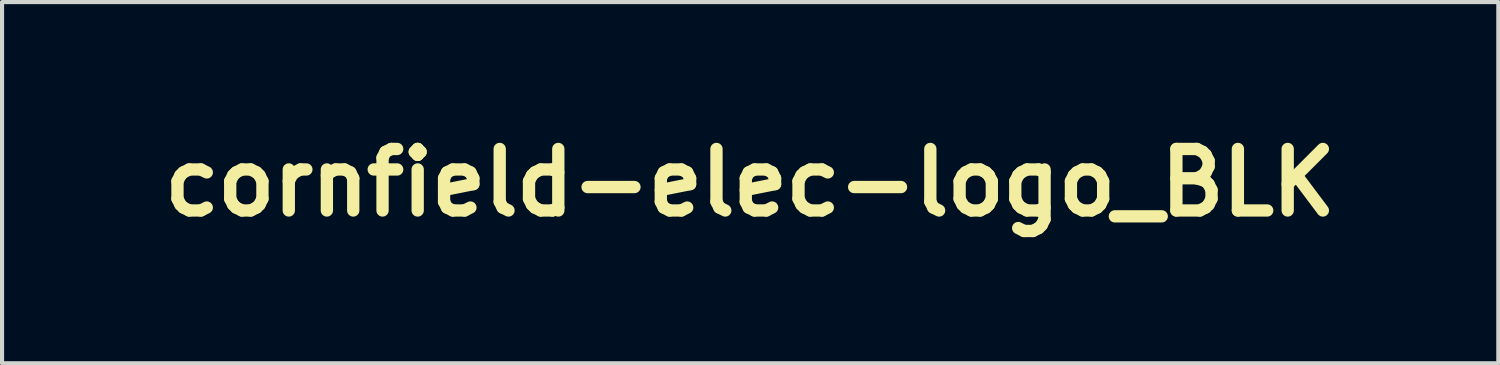
<source format=kicad_pcb>
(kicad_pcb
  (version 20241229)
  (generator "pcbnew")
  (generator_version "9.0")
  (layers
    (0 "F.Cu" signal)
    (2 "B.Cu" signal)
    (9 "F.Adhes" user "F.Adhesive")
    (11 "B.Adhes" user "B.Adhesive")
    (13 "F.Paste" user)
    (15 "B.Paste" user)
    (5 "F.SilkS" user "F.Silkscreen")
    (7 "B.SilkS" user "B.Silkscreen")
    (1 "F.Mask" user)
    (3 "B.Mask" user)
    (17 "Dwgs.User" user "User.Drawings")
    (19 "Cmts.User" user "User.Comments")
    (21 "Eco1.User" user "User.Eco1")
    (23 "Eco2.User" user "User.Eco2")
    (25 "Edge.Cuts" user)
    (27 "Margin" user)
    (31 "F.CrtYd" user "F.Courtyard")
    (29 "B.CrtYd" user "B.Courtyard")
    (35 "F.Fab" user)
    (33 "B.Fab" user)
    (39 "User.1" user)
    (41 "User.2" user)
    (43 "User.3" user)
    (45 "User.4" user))
  (footprint "cornfield-elec-logo_BLK"
    (layer "F.Cu")
    (at 15.242 1.404)
    (property "Reference" "cornfield-elec-logo_BLK" (at 0 0 0) (layer "F.SilkS") (effects (font (size 1.5 1.5) (thickness 0.3))))
    (attr board_only exclude_from_pos_files exclude_from_bom)
    (fp_poly (pts (xy -14.769 -0.504) (xy -14.722 -0.502) (xy -14.722 -0.454) (xy -14.722 -0.405) (xy -14.765 -0.403) (xy -14.792 -0.403) (xy -14.809 -0.406) (xy -14.814 -0.409) (xy -14.817 -0.418) (xy -14.818 -0.435) (xy -14.819 -0.457) (xy -14.819 -0.479) (xy -14.818 -0.497) (xy -14.817 -0.501) (xy -14.811 -0.503) (xy -14.796 -0.504) (xy -14.774 -0.504)) (stroke (width 0) (type solid)) (fill yes) (layer "F.Mask"))
    (fp_poly (pts (xy -14.766 -0.955) (xy -14.722 -0.953) (xy -14.722 -0.907) (xy -14.722 -0.862) (xy -14.759 -0.859) (xy -14.78 -0.857) (xy -14.798 -0.857) (xy -14.806 -0.858) (xy -14.812 -0.859) (xy -14.815 -0.863) (xy -14.817 -0.871) (xy -14.818 -0.887) (xy -14.819 -0.904) (xy -14.82 -0.929) (xy -14.816 -0.944) (xy -14.806 -0.952) (xy -14.788 -0.955)) (stroke (width 0) (type solid)) (fill yes) (layer "F.Mask"))
    (fp_poly (pts (xy -14.538 -0.62) (xy -14.496 -0.618) (xy -14.496 -0.569) (xy -14.496 -0.521) (xy -14.543 -0.519) (xy -14.567 -0.518) (xy -14.582 -0.52) (xy -14.59 -0.523) (xy -14.593 -0.527) (xy -14.596 -0.542) (xy -14.597 -0.563) (xy -14.596 -0.584) (xy -14.593 -0.603) (xy -14.589 -0.614) (xy -14.588 -0.615) (xy -14.577 -0.618) (xy -14.556 -0.62)) (stroke (width 0) (type solid)) (fill yes) (layer "F.Mask"))
    (fp_poly (pts (xy -12.276 -0.504) (xy -12.225 -0.502) (xy -12.225 -0.454) (xy -12.225 -0.405) (xy -12.278 -0.403) (xy -12.308 -0.403) (xy -12.327 -0.405) (xy -12.335 -0.409) (xy -12.338 -0.42) (xy -12.34 -0.438) (xy -12.34 -0.459) (xy -12.339 -0.479) (xy -12.336 -0.495) (xy -12.334 -0.5) (xy -12.325 -0.503) (xy -12.307 -0.504) (xy -12.284 -0.504)) (stroke (width 0) (type solid)) (fill yes) (layer "F.Mask"))
    (fp_poly (pts (xy -12.223 -1.139) (xy -12.223 -1.112) (xy -12.227 -1.094) (xy -12.236 -1.084) (xy -12.253 -1.079) (xy -12.279 -1.078) (xy -12.284 -1.078) (xy -12.307 -1.079) (xy -12.322 -1.081) (xy -12.33 -1.086) (xy -12.333 -1.089) (xy -12.337 -1.103) (xy -12.339 -1.126) (xy -12.338 -1.143) (xy -12.335 -1.184) (xy -12.28 -1.184) (xy -12.225 -1.184)) (stroke (width 0) (type solid)) (fill yes) (layer "F.Mask"))
    (fp_poly (pts (xy -14.496 -1.075) (xy -14.495 -1.025) (xy -14.493 -0.974) (xy -14.541 -0.974) (xy -14.564 -0.975) (xy -14.582 -0.976) (xy -14.592 -0.978) (xy -14.593 -0.978) (xy -14.595 -0.987) (xy -14.597 -1.004) (xy -14.597 -1.024) (xy -14.595 -1.044) (xy -14.593 -1.06) (xy -14.591 -1.065) (xy -14.586 -1.071) (xy -14.576 -1.074) (xy -14.559 -1.075) (xy -14.541 -1.075)) (stroke (width 0) (type solid)) (fill yes) (layer "F.Mask"))
    (fp_poly (pts (xy -13.481 -1.183) (xy -13.471 -1.175) (xy -13.466 -1.16) (xy -13.464 -1.136) (xy -13.464 -1.132) (xy -13.466 -1.107) (xy -13.471 -1.091) (xy -13.483 -1.082) (xy -13.503 -1.079) (xy -13.525 -1.078) (xy -13.552 -1.079) (xy -13.569 -1.083) (xy -13.573 -1.086) (xy -13.577 -1.098) (xy -13.579 -1.119) (xy -13.579 -1.14) (xy -13.577 -1.184) (xy -13.528 -1.186) (xy -13.5 -1.186)) (stroke (width 0) (type solid)) (fill yes) (layer "F.Mask"))
    (fp_poly (pts (xy -14.748 -1.186) (xy -14.732 -1.181) (xy -14.723 -1.17) (xy -14.72 -1.151) (xy -14.72 -1.129) (xy -14.722 -1.087) (xy -14.768 -1.085) (xy -14.792 -1.085) (xy -14.807 -1.086) (xy -14.815 -1.088) (xy -14.818 -1.094) (xy -14.818 -1.094) (xy -14.821 -1.114) (xy -14.821 -1.138) (xy -14.819 -1.16) (xy -14.816 -1.173) (xy -14.812 -1.181) (xy -14.804 -1.186) (xy -14.79 -1.187) (xy -14.775 -1.187)) (stroke (width 0) (type solid)) (fill yes) (layer "F.Mask"))
    (fp_poly (pts (xy -14.542 -0.845) (xy -14.496 -0.843) (xy -14.495 -0.796) (xy -14.494 -0.774) (xy -14.495 -0.757) (xy -14.497 -0.749) (xy -14.498 -0.748) (xy -14.506 -0.748) (xy -14.523 -0.747) (xy -14.544 -0.747) (xy -14.567 -0.747) (xy -14.582 -0.749) (xy -14.589 -0.753) (xy -14.591 -0.756) (xy -14.595 -0.769) (xy -14.596 -0.788) (xy -14.596 -0.81) (xy -14.595 -0.829) (xy -14.592 -0.839) (xy -14.584 -0.844) (xy -14.567 -0.845)) (stroke (width 0) (type solid)) (fill yes) (layer "F.Mask"))
    (fp_poly (pts (xy -13.75 -1.077) (xy -13.747 -1.077) (xy -13.699 -1.075) (xy -13.696 -1.033) (xy -13.694 -1.005) (xy -13.695 -0.986) (xy -13.701 -0.975) (xy -13.713 -0.97) (xy -13.734 -0.968) (xy -13.746 -0.968) (xy -13.771 -0.969) (xy -13.79 -0.972) (xy -13.798 -0.976) (xy -13.802 -0.985) (xy -13.804 -1.003) (xy -13.805 -1.025) (xy -13.805 -1.046) (xy -13.803 -1.063) (xy -13.8 -1.071) (xy -13.793 -1.075) (xy -13.777 -1.077)) (stroke (width 0) (type solid)) (fill yes) (layer "F.Mask"))
    (fp_poly (pts (xy -13.744 -0.851) (xy -13.699 -0.85) (xy -13.697 -0.802) (xy -13.697 -0.773) (xy -13.699 -0.754) (xy -13.702 -0.745) (xy -13.713 -0.74) (xy -13.732 -0.737) (xy -13.754 -0.737) (xy -13.775 -0.739) (xy -13.791 -0.743) (xy -13.796 -0.746) (xy -13.801 -0.758) (xy -13.805 -0.778) (xy -13.805 -0.801) (xy -13.804 -0.823) (xy -13.8 -0.839) (xy -13.798 -0.843) (xy -13.791 -0.848) (xy -13.781 -0.851) (xy -13.764 -0.852)) (stroke (width 0) (type solid)) (fill yes) (layer "F.Mask"))
    (fp_poly (pts (xy -13.481 -0.502) (xy -13.473 -0.499) (xy -13.468 -0.489) (xy -13.465 -0.471) (xy -13.464 -0.45) (xy -13.465 -0.429) (xy -13.469 -0.414) (xy -13.472 -0.409) (xy -13.481 -0.405) (xy -13.499 -0.403) (xy -13.521 -0.402) (xy -13.543 -0.402) (xy -13.562 -0.404) (xy -13.575 -0.408) (xy -13.577 -0.41) (xy -13.579 -0.42) (xy -13.579 -0.438) (xy -13.579 -0.46) (xy -13.577 -0.502) (xy -13.529 -0.504) (xy -13.501 -0.504)) (stroke (width 0) (type solid)) (fill yes) (layer "F.Mask"))
    (fp_poly (pts (xy -12.467 -0.85) (xy -12.459 -0.846) (xy -12.459 -0.845) (xy -12.455 -0.834) (xy -12.454 -0.815) (xy -12.454 -0.793) (xy -12.455 -0.771) (xy -12.457 -0.753) (xy -12.461 -0.744) (xy -12.471 -0.74) (xy -12.49 -0.737) (xy -12.512 -0.737) (xy -12.533 -0.738) (xy -12.549 -0.742) (xy -12.556 -0.745) (xy -12.56 -0.757) (xy -12.562 -0.779) (xy -12.562 -0.802) (xy -12.56 -0.85) (xy -12.512 -0.851) (xy -12.484 -0.852)) (stroke (width 0) (type solid)) (fill yes) (layer "F.Mask"))
    (fp_poly (pts (xy -12.048 -1.077) (xy -12 -1.075) (xy -11.998 -1.03) (xy -11.998 -1.003) (xy -12 -0.984) (xy -12.003 -0.977) (xy -12.014 -0.971) (xy -12.032 -0.969) (xy -12.055 -0.968) (xy -12.077 -0.97) (xy -12.095 -0.973) (xy -12.103 -0.978) (xy -12.109 -0.99) (xy -12.112 -1.01) (xy -12.112 -1.032) (xy -12.11 -1.053) (xy -12.105 -1.067) (xy -12.105 -1.068) (xy -12.099 -1.073) (xy -12.089 -1.076) (xy -12.072 -1.077)) (stroke (width 0) (type solid)) (fill yes) (layer "F.Mask"))
    (fp_poly (pts (xy -13.253 -0.618) (xy -13.243 -0.615) (xy -13.243 -0.615) (xy -13.239 -0.604) (xy -13.237 -0.586) (xy -13.238 -0.564) (xy -13.241 -0.543) (xy -13.245 -0.526) (xy -13.25 -0.519) (xy -13.262 -0.515) (xy -13.282 -0.512) (xy -13.305 -0.512) (xy -13.327 -0.514) (xy -13.342 -0.518) (xy -13.345 -0.519) (xy -13.35 -0.525) (xy -13.353 -0.536) (xy -13.354 -0.553) (xy -13.353 -0.573) (xy -13.352 -0.618) (xy -13.3 -0.62) (xy -13.273 -0.62)) (stroke (width 0) (type solid)) (fill yes) (layer "F.Mask"))
    (fp_poly (pts (xy -12.042 -0.622) (xy -12 -0.618) (xy -11.998 -0.573) (xy -11.998 -0.546) (xy -12 -0.527) (xy -12.003 -0.52) (xy -12.013 -0.516) (xy -12.031 -0.513) (xy -12.052 -0.511) (xy -12.074 -0.512) (xy -12.092 -0.514) (xy -12.1 -0.517) (xy -12.106 -0.528) (xy -12.11 -0.549) (xy -12.111 -0.565) (xy -12.112 -0.588) (xy -12.111 -0.602) (xy -12.108 -0.61) (xy -12.101 -0.615) (xy -12.099 -0.617) (xy -12.086 -0.621) (xy -12.067 -0.623)) (stroke (width 0) (type solid)) (fill yes) (layer "F.Mask"))
    (fp_poly (pts (xy -14.974 -1.075) (xy -14.958 -1.071) (xy -14.953 -1.068) (xy -14.948 -1.057) (xy -14.945 -1.038) (xy -14.944 -1.016) (xy -14.945 -0.996) (xy -14.948 -0.984) (xy -14.956 -0.978) (xy -14.972 -0.975) (xy -14.992 -0.973) (xy -15.013 -0.974) (xy -15.031 -0.977) (xy -15.042 -0.982) (xy -15.044 -0.984) (xy -15.046 -0.997) (xy -15.047 -1.017) (xy -15.047 -1.038) (xy -15.045 -1.056) (xy -15.042 -1.065) (xy -15.033 -1.071) (xy -15.015 -1.074) (xy -14.994 -1.076)) (stroke (width 0) (type solid)) (fill yes) (layer "F.Mask"))
    (fp_poly (pts (xy -14.975 -0.845) (xy -14.958 -0.842) (xy -14.951 -0.839) (xy -14.947 -0.829) (xy -14.945 -0.811) (xy -14.944 -0.791) (xy -14.945 -0.771) (xy -14.949 -0.758) (xy -14.949 -0.756) (xy -14.958 -0.752) (xy -14.974 -0.748) (xy -14.994 -0.746) (xy -15.014 -0.746) (xy -15.029 -0.748) (xy -15.03 -0.748) (xy -15.04 -0.754) (xy -15.045 -0.766) (xy -15.047 -0.786) (xy -15.047 -0.794) (xy -15.046 -0.819) (xy -15.041 -0.835) (xy -15.03 -0.843) (xy -15.01 -0.846) (xy -14.997 -0.846)) (stroke (width 0) (type solid)) (fill yes) (layer "F.Mask"))
    (fp_poly (pts (xy -13.494 -0.735) (xy -13.477 -0.729) (xy -13.468 -0.716) (xy -13.465 -0.695) (xy -13.465 -0.673) (xy -13.468 -0.646) (xy -13.474 -0.63) (xy -13.477 -0.627) (xy -13.489 -0.623) (xy -13.508 -0.622) (xy -13.531 -0.622) (xy -13.552 -0.623) (xy -13.567 -0.627) (xy -13.569 -0.628) (xy -13.575 -0.633) (xy -13.578 -0.644) (xy -13.58 -0.662) (xy -13.58 -0.679) (xy -13.579 -0.706) (xy -13.575 -0.722) (xy -13.565 -0.732) (xy -13.548 -0.736) (xy -13.521 -0.737) (xy -13.52 -0.737)) (stroke (width 0) (type solid)) (fill yes) (layer "F.Mask"))
    (fp_poly (pts (xy -13.272 -0.852) (xy -13.254 -0.849) (xy -13.246 -0.845) (xy -13.242 -0.835) (xy -13.24 -0.816) (xy -13.239 -0.794) (xy -13.24 -0.768) (xy -13.244 -0.751) (xy -13.254 -0.742) (xy -13.271 -0.738) (xy -13.298 -0.737) (xy -13.299 -0.737) (xy -13.326 -0.739) (xy -13.342 -0.744) (xy -13.345 -0.746) (xy -13.35 -0.758) (xy -13.354 -0.777) (xy -13.355 -0.8) (xy -13.354 -0.821) (xy -13.351 -0.838) (xy -13.347 -0.845) (xy -13.337 -0.849) (xy -13.318 -0.852) (xy -13.297 -0.853)) (stroke (width 0) (type solid)) (fill yes) (layer "F.Mask"))
    (fp_poly (pts (xy -14.747 -0.73) (xy -14.731 -0.728) (xy -14.728 -0.727) (xy -14.723 -0.719) (xy -14.719 -0.703) (xy -14.718 -0.682) (xy -14.719 -0.661) (xy -14.721 -0.643) (xy -14.726 -0.632) (xy -14.728 -0.631) (xy -14.742 -0.628) (xy -14.761 -0.627) (xy -14.782 -0.628) (xy -14.8 -0.63) (xy -14.812 -0.633) (xy -14.814 -0.634) (xy -14.817 -0.646) (xy -14.819 -0.664) (xy -14.82 -0.685) (xy -14.819 -0.705) (xy -14.817 -0.72) (xy -14.815 -0.723) (xy -14.806 -0.727) (xy -14.789 -0.73) (xy -14.768 -0.731)) (stroke (width 0) (type solid)) (fill yes) (layer "F.Mask"))
    (fp_poly (pts (xy -12.47 -1.076) (xy -12.46 -1.074) (xy -12.459 -1.074) (xy -12.456 -1.065) (xy -12.454 -1.049) (xy -12.453 -1.027) (xy -12.453 -1.024) (xy -12.453 -0.998) (xy -12.455 -0.982) (xy -12.46 -0.974) (xy -12.46 -0.974) (xy -12.472 -0.97) (xy -12.49 -0.968) (xy -12.512 -0.968) (xy -12.533 -0.969) (xy -12.55 -0.972) (xy -12.56 -0.975) (xy -12.56 -0.976) (xy -12.562 -0.986) (xy -12.562 -1.004) (xy -12.562 -1.027) (xy -12.562 -1.03) (xy -12.56 -1.075) (xy -12.512 -1.077) (xy -12.489 -1.077)) (stroke (width 0) (type solid)) (fill yes) (layer "F.Mask"))
    (fp_poly (pts (xy -14.97 -0.619) (xy -14.955 -0.616) (xy -14.951 -0.614) (xy -14.947 -0.603) (xy -14.945 -0.585) (xy -14.944 -0.564) (xy -14.946 -0.544) (xy -14.95 -0.53) (xy -14.95 -0.529) (xy -14.956 -0.523) (xy -14.966 -0.519) (xy -14.983 -0.518) (xy -14.996 -0.518) (xy -15.018 -0.518) (xy -15.031 -0.521) (xy -15.039 -0.526) (xy -15.041 -0.529) (xy -15.045 -0.543) (xy -15.047 -0.563) (xy -15.047 -0.585) (xy -15.045 -0.603) (xy -15.04 -0.614) (xy -15.04 -0.614) (xy -15.03 -0.618) (xy -15.012 -0.62) (xy -14.99 -0.621)) (stroke (width 0) (type solid)) (fill yes) (layer "F.Mask"))
    (fp_poly (pts (xy -13.714 -0.622) (xy -13.703 -0.619) (xy -13.703 -0.619) (xy -13.699 -0.61) (xy -13.696 -0.59) (xy -13.696 -0.567) (xy -13.696 -0.541) (xy -13.698 -0.526) (xy -13.702 -0.518) (xy -13.705 -0.515) (xy -13.719 -0.513) (xy -13.739 -0.511) (xy -13.761 -0.512) (xy -13.781 -0.514) (xy -13.795 -0.517) (xy -13.798 -0.519) (xy -13.802 -0.529) (xy -13.804 -0.546) (xy -13.805 -0.568) (xy -13.805 -0.589) (xy -13.803 -0.607) (xy -13.8 -0.614) (xy -13.792 -0.618) (xy -13.775 -0.621) (xy -13.754 -0.623) (xy -13.733 -0.623)) (stroke (width 0) (type solid)) (fill yes) (layer "F.Mask"))
    (fp_poly (pts (xy -13.5 -0.962) (xy -13.485 -0.961) (xy -13.477 -0.958) (xy -13.472 -0.952) (xy -13.47 -0.947) (xy -13.465 -0.925) (xy -13.465 -0.901) (xy -13.467 -0.877) (xy -13.473 -0.861) (xy -13.474 -0.86) (xy -13.481 -0.852) (xy -13.491 -0.848) (xy -13.507 -0.847) (xy -13.522 -0.846) (xy -13.549 -0.848) (xy -13.565 -0.852) (xy -13.57 -0.856) (xy -13.577 -0.868) (xy -13.58 -0.889) (xy -13.58 -0.904) (xy -13.58 -0.931) (xy -13.577 -0.948) (xy -13.57 -0.957) (xy -13.557 -0.961) (xy -13.535 -0.962) (xy -13.524 -0.962)) (stroke (width 0) (type solid)) (fill yes) (layer "F.Mask"))
    (fp_poly (pts (xy -12.483 -0.622) (xy -12.467 -0.62) (xy -12.461 -0.618) (xy -12.456 -0.611) (xy -12.453 -0.598) (xy -12.453 -0.576) (xy -12.453 -0.569) (xy -12.454 -0.547) (xy -12.457 -0.529) (xy -12.46 -0.519) (xy -12.469 -0.516) (xy -12.486 -0.513) (xy -12.508 -0.512) (xy -12.529 -0.512) (xy -12.547 -0.514) (xy -12.555 -0.516) (xy -12.559 -0.523) (xy -12.562 -0.538) (xy -12.563 -0.559) (xy -12.563 -0.581) (xy -12.562 -0.6) (xy -12.559 -0.614) (xy -12.557 -0.618) (xy -12.546 -0.621) (xy -12.527 -0.623) (xy -12.505 -0.623)) (stroke (width 0) (type solid)) (fill yes) (layer "F.Mask"))
    (fp_poly (pts (xy -12.257 -0.961) (xy -12.239 -0.959) (xy -12.229 -0.955) (xy -12.225 -0.945) (xy -12.223 -0.926) (xy -12.222 -0.906) (xy -12.222 -0.884) (xy -12.225 -0.87) (xy -12.23 -0.861) (xy -12.235 -0.856) (xy -12.251 -0.85) (xy -12.273 -0.847) (xy -12.298 -0.847) (xy -12.319 -0.851) (xy -12.324 -0.853) (xy -12.331 -0.857) (xy -12.335 -0.863) (xy -12.337 -0.876) (xy -12.338 -0.897) (xy -12.338 -0.903) (xy -12.337 -0.928) (xy -12.334 -0.947) (xy -12.33 -0.955) (xy -12.32 -0.959) (xy -12.302 -0.961) (xy -12.28 -0.962)) (stroke (width 0) (type solid)) (fill yes) (layer "F.Mask"))
    (fp_poly (pts (xy -12.031 -0.852) (xy -12.012 -0.849) (xy -12.004 -0.845) (xy -12 -0.835) (xy -11.997 -0.816) (xy -11.997 -0.794) (xy -11.998 -0.768) (xy -12.002 -0.751) (xy -12.011 -0.742) (xy -12.029 -0.738) (xy -12.056 -0.737) (xy -12.057 -0.737) (xy -12.078 -0.738) (xy -12.092 -0.74) (xy -12.1 -0.747) (xy -12.103 -0.75) (xy -12.109 -0.767) (xy -12.112 -0.79) (xy -12.111 -0.814) (xy -12.107 -0.836) (xy -12.106 -0.837) (xy -12.103 -0.845) (xy -12.097 -0.85) (xy -12.086 -0.852) (xy -12.067 -0.853) (xy -12.056 -0.853)) (stroke (width 0) (type solid)) (fill yes) (layer "F.Mask"))
    (fp_poly (pts (xy -13.258 -1.077) (xy -13.246 -1.075) (xy -13.243 -1.073) (xy -13.241 -1.065) (xy -13.239 -1.048) (xy -13.238 -1.026) (xy -13.238 -1.024) (xy -13.238 -0.998) (xy -13.24 -0.983) (xy -13.244 -0.975) (xy -13.245 -0.974) (xy -13.257 -0.971) (xy -13.276 -0.969) (xy -13.299 -0.968) (xy -13.321 -0.97) (xy -13.338 -0.972) (xy -13.347 -0.976) (xy -13.351 -0.986) (xy -13.354 -1.004) (xy -13.355 -1.026) (xy -13.353 -1.047) (xy -13.351 -1.064) (xy -13.347 -1.071) (xy -13.338 -1.074) (xy -13.321 -1.076) (xy -13.3 -1.078) (xy -13.278 -1.078)) (stroke (width 0) (type solid)) (fill yes) (layer "F.Mask"))
    (fp_poly (pts (xy -12.258 -0.736) (xy -12.239 -0.731) (xy -12.239 -0.731) (xy -12.23 -0.728) (xy -12.225 -0.722) (xy -12.223 -0.712) (xy -12.222 -0.694) (xy -12.222 -0.679) (xy -12.222 -0.655) (xy -12.224 -0.641) (xy -12.227 -0.633) (xy -12.233 -0.629) (xy -12.238 -0.627) (xy -12.257 -0.623) (xy -12.282 -0.622) (xy -12.307 -0.623) (xy -12.324 -0.627) (xy -12.332 -0.633) (xy -12.336 -0.642) (xy -12.338 -0.659) (xy -12.338 -0.663) (xy -12.338 -0.682) (xy -12.34 -0.697) (xy -12.341 -0.702) (xy -12.34 -0.713) (xy -12.336 -0.721) (xy -12.324 -0.729) (xy -12.305 -0.734) (xy -12.281 -0.736)) (stroke (width 0) (type solid)) (fill yes) (layer "F.Mask"))
    (fp_poly (pts (xy -2.093 -0.516) (xy -2.085 -0.504) (xy -2.085 -0.495) (xy -2.091 -0.484) (xy -2.102 -0.468) (xy -2.195 -0.473) (xy -2.232 -0.474) (xy -2.259 -0.475) (xy -2.277 -0.474) (xy -2.29 -0.473) (xy -2.299 -0.47) (xy -2.305 -0.467) (xy -2.32 -0.456) (xy -2.32 0.113) (xy -2.32 0.209) (xy -2.32 0.293) (xy -2.32 0.367) (xy -2.32 0.431) (xy -2.32 0.486) (xy -2.32 0.532) (xy -2.319 0.571) (xy -2.319 0.602) (xy -2.318 0.628) (xy -2.317 0.648) (xy -2.316 0.663) (xy -2.315 0.674) (xy -2.314 0.682) (xy -2.313 0.687) (xy -2.311 0.691) (xy -2.309 0.693) (xy -2.308 0.694) (xy -2.303 0.699) (xy -2.296 0.702) (xy -2.285 0.704) (xy -2.269 0.705) (xy -2.246 0.706) (xy -2.213 0.706) (xy -2.192 0.706) (xy -2.089 0.706) (xy -2.085 0.722) (xy -2.084 0.739) (xy -2.087 0.75) (xy -2.088 0.753) (xy -2.09 0.756) (xy -2.094 0.758) (xy -2.101 0.759) (xy -2.112 0.76) (xy -2.127 0.761) (xy -2.147 0.762) (xy -2.175 0.763) (xy -2.21 0.763) (xy -2.253 0.763) (xy -2.306 0.764) (xy -2.37 0.764) (xy -2.423 0.764) (xy -2.495 0.764) (xy -2.556 0.764) (xy -2.607 0.764) (xy -2.648 0.763) (xy -2.681 0.763) (xy -2.707 0.762) (xy -2.726 0.762) (xy -2.74 0.761) (xy -2.749 0.759) (xy -2.755 0.758) (xy -2.758 0.756) (xy -2.759 0.754) (xy -2.764 0.735) (xy -2.761 0.719) (xy -2.757 0.714) (xy -2.749 0.711) (xy -2.731 0.708) (xy -2.703 0.707) (xy -2.663 0.706) (xy -2.651 0.706) (xy -2.614 0.706) (xy -2.587 0.706) (xy -2.568 0.705) (xy -2.555 0.703) (xy -2.547 0.7) (xy -2.541 0.696) (xy -2.539 0.694) (xy -2.537 0.692) (xy -2.536 0.689) (xy -2.534 0.685) (xy -2.533 0.678) (xy -2.531 0.669) (xy -2.53 0.656) (xy -2.53 0.638) (xy -2.529 0.616) (xy -2.528 0.588) (xy -2.528 0.553) (xy -2.528 0.51) (xy -2.527 0.46) (xy -2.527 0.401) (xy -2.527 0.332) (xy -2.527 0.253) (xy -2.527 0.163) (xy -2.527 0.113) (xy -2.527 -0.456) (xy -2.543 -0.467) (xy -2.55 -0.471) (xy -2.56 -0.473) (xy -2.574 -0.475) (xy -2.594 -0.475) (xy -2.623 -0.474) (xy -2.649 -0.473) (xy -2.685 -0.471) (xy -2.71 -0.471) (xy -2.727 -0.471) (xy -2.738 -0.473) (xy -2.746 -0.475) (xy -2.751 -0.48) (xy -2.753 -0.481) (xy -2.763 -0.493) (xy -2.763 -0.503) (xy -2.754 -0.517) (xy -2.754 -0.518) (xy -2.743 -0.531) (xy -2.424 -0.531) (xy -2.104 -0.531)) (stroke (width 0) (type solid)) (fill yes) (layer "F.Mask"))
    (fp_poly (pts (xy 12.775 -0.531) (xy 12.826 -0.531) (xy 12.867 -0.531) (xy 12.9 -0.53) (xy 12.926 -0.529) (xy 12.945 -0.527) (xy 12.959 -0.524) (xy 12.968 -0.521) (xy 12.973 -0.517) (xy 12.976 -0.513) (xy 12.977 -0.507) (xy 12.977 -0.5) (xy 12.977 -0.499) (xy 12.976 -0.488) (xy 12.973 -0.48) (xy 12.965 -0.475) (xy 12.951 -0.472) (xy 12.93 -0.471) (xy 12.9 -0.471) (xy 12.865 -0.473) (xy 12.827 -0.474) (xy 12.798 -0.475) (xy 12.779 -0.474) (xy 12.767 -0.472) (xy 12.761 -0.469) (xy 12.76 -0.467) (xy 12.758 -0.462) (xy 12.757 -0.454) (xy 12.756 -0.443) (xy 12.755 -0.427) (xy 12.754 -0.406) (xy 12.754 -0.379) (xy 12.753 -0.345) (xy 12.753 -0.304) (xy 12.752 -0.255) (xy 12.752 -0.198) (xy 12.752 -0.13) (xy 12.752 -0.053) (xy 12.752 0.035) (xy 12.752 0.115) (xy 12.752 0.217) (xy 12.752 0.308) (xy 12.752 0.388) (xy 12.752 0.457) (xy 12.753 0.516) (xy 12.753 0.566) (xy 12.754 0.607) (xy 12.755 0.639) (xy 12.755 0.664) (xy 12.756 0.682) (xy 12.758 0.693) (xy 12.759 0.699) (xy 12.759 0.699) (xy 12.767 0.702) (xy 12.785 0.704) (xy 12.813 0.706) (xy 12.852 0.706) (xy 12.869 0.706) (xy 12.906 0.706) (xy 12.933 0.707) (xy 12.952 0.708) (xy 12.964 0.709) (xy 12.971 0.712) (xy 12.975 0.715) (xy 12.978 0.72) (xy 12.98 0.74) (xy 12.978 0.749) (xy 12.973 0.763) (xy 12.646 0.764) (xy 12.574 0.764) (xy 12.509 0.764) (xy 12.452 0.763) (xy 12.404 0.763) (xy 12.365 0.762) (xy 12.337 0.761) (xy 12.319 0.76) (xy 12.313 0.758) (xy 12.308 0.747) (xy 12.307 0.732) (xy 12.311 0.718) (xy 12.317 0.71) (xy 12.326 0.709) (xy 12.345 0.708) (xy 12.372 0.707) (xy 12.403 0.706) (xy 12.422 0.706) (xy 12.455 0.706) (xy 12.485 0.705) (xy 12.508 0.704) (xy 12.522 0.702) (xy 12.526 0.701) (xy 12.527 0.694) (xy 12.529 0.676) (xy 12.53 0.648) (xy 12.531 0.61) (xy 12.532 0.565) (xy 12.533 0.513) (xy 12.533 0.454) (xy 12.534 0.391) (xy 12.534 0.323) (xy 12.534 0.253) (xy 12.535 0.181) (xy 12.535 0.107) (xy 12.535 0.034) (xy 12.534 -0.038) (xy 12.534 -0.108) (xy 12.533 -0.174) (xy 12.533 -0.237) (xy 12.532 -0.294) (xy 12.531 -0.345) (xy 12.53 -0.389) (xy 12.529 -0.424) (xy 12.528 -0.45) (xy 12.526 -0.466) (xy 12.525 -0.47) (xy 12.517 -0.472) (xy 12.498 -0.473) (xy 12.47 -0.473) (xy 12.437 -0.473) (xy 12.419 -0.472) (xy 12.382 -0.471) (xy 12.355 -0.471) (xy 12.337 -0.471) (xy 12.326 -0.472) (xy 12.319 -0.475) (xy 12.315 -0.478) (xy 12.313 -0.481) (xy 12.308 -0.499) (xy 12.312 -0.516) (xy 12.315 -0.52) (xy 12.318 -0.523) (xy 12.321 -0.525) (xy 12.328 -0.526) (xy 12.338 -0.528) (xy 12.352 -0.529) (xy 12.372 -0.53) (xy 12.398 -0.53) (xy 12.432 -0.531) (xy 12.474 -0.531) (xy 12.526 -0.531) (xy 12.588 -0.531) (xy 12.641 -0.531) (xy 12.713 -0.531)) (stroke (width 0) (type solid)) (fill yes) (layer "F.Mask"))
    (fp_poly (pts (xy -7.244 -0.563) (xy -7.172 -0.549) (xy -7.1 -0.523) (xy -7.032 -0.486) (xy -6.996 -0.461) (xy -6.939 -0.411) (xy -6.888 -0.351) (xy -6.845 -0.283) (xy -6.809 -0.208) (xy -6.781 -0.128) (xy -6.761 -0.042) (xy -6.75 0.046) (xy -6.748 0.137) (xy -6.755 0.23) (xy -6.76 0.259) (xy -6.769 0.31) (xy -6.778 0.353) (xy -6.787 0.386) (xy -6.795 0.41) (xy -6.796 0.411) (xy -6.801 0.423) (xy -6.809 0.441) (xy -6.819 0.463) (xy -6.858 0.539) (xy -6.905 0.606) (xy -6.96 0.664) (xy -7.022 0.712) (xy -7.091 0.75) (xy -7.167 0.778) (xy -7.171 0.78) (xy -7.203 0.786) (xy -7.244 0.79) (xy -7.29 0.792) (xy -7.335 0.791) (xy -7.378 0.788) (xy -7.415 0.783) (xy -7.429 0.779) (xy -7.503 0.751) (xy -7.571 0.712) (xy -7.632 0.664) (xy -7.687 0.607) (xy -7.734 0.541) (xy -7.774 0.469) (xy -7.805 0.389) (xy -7.828 0.303) (xy -7.842 0.212) (xy -7.843 0.19) (xy -7.845 0.162) (xy -7.845 0.129) (xy -7.845 0.118) (xy -7.613 0.118) (xy -7.612 0.191) (xy -7.609 0.26) (xy -7.604 0.325) (xy -7.598 0.382) (xy -7.59 0.423) (xy -7.576 0.481) (xy -7.562 0.528) (xy -7.546 0.567) (xy -7.527 0.601) (xy -7.508 0.628) (xy -7.476 0.664) (xy -7.443 0.691) (xy -7.405 0.709) (xy -7.362 0.719) (xy -7.31 0.724) (xy -7.301 0.724) (xy -7.266 0.724) (xy -7.238 0.721) (xy -7.216 0.717) (xy -7.202 0.713) (xy -7.153 0.69) (xy -7.11 0.657) (xy -7.089 0.633) (xy -7.072 0.608) (xy -7.054 0.579) (xy -7.039 0.548) (xy -7.028 0.52) (xy -7.023 0.503) (xy -7.019 0.487) (xy -7.015 0.474) (xy -7.012 0.465) (xy -7.008 0.446) (xy -7.003 0.42) (xy -6.998 0.389) (xy -6.996 0.377) (xy -6.99 0.328) (xy -6.986 0.271) (xy -6.983 0.207) (xy -6.982 0.139) (xy -6.982 0.071) (xy -6.983 0.006) (xy -6.986 -0.055) (xy -6.991 -0.107) (xy -6.993 -0.125) (xy -7.007 -0.204) (xy -7.025 -0.272) (xy -7.046 -0.33) (xy -7.072 -0.379) (xy -7.103 -0.419) (xy -7.139 -0.451) (xy -7.169 -0.469) (xy -7.207 -0.49) (xy -7.295 -0.49) (xy -7.33 -0.49) (xy -7.355 -0.49) (xy -7.374 -0.488) (xy -7.388 -0.486) (xy -7.4 -0.481) (xy -7.414 -0.475) (xy -7.42 -0.472) (xy -7.46 -0.447) (xy -7.495 -0.415) (xy -7.524 -0.376) (xy -7.549 -0.329) (xy -7.57 -0.271) (xy -7.588 -0.203) (xy -7.588 -0.201) (xy -7.597 -0.151) (xy -7.604 -0.091) (xy -7.609 -0.025) (xy -7.612 0.046) (xy -7.613 0.118) (xy -7.845 0.118) (xy -7.845 0.094) (xy -7.844 0.057) (xy -7.842 0.022) (xy -7.841 -0.009) (xy -7.838 -0.034) (xy -7.836 -0.05) (xy -7.834 -0.055) (xy -7.831 -0.064) (xy -7.827 -0.08) (xy -7.822 -0.099) (xy -7.81 -0.145) (xy -7.793 -0.193) (xy -7.775 -0.239) (xy -7.755 -0.279) (xy -7.741 -0.301) (xy -7.701 -0.358) (xy -7.663 -0.404) (xy -7.625 -0.441) (xy -7.603 -0.459) (xy -7.534 -0.503) (xy -7.464 -0.536) (xy -7.391 -0.556) (xy -7.318 -0.566)) (stroke (width 0) (type solid)) (fill yes) (layer "F.Mask"))
    (fp_poly (pts (xy 10.059 -0.564) (xy 10.097 -0.559) (xy 10.138 -0.552) (xy 10.176 -0.543) (xy 10.203 -0.534) (xy 10.233 -0.52) (xy 10.268 -0.501) (xy 10.304 -0.479) (xy 10.336 -0.455) (xy 10.347 -0.446) (xy 10.401 -0.393) (xy 10.448 -0.335) (xy 10.487 -0.269) (xy 10.52 -0.195) (xy 10.547 -0.111) (xy 10.552 -0.094) (xy 10.557 -0.075) (xy 10.561 -0.057) (xy 10.563 -0.04) (xy 10.565 -0.021) (xy 10.567 0.002) (xy 10.568 0.03) (xy 10.568 0.067) (xy 10.568 0.114) (xy 10.568 0.119) (xy 10.568 0.169) (xy 10.568 0.209) (xy 10.566 0.241) (xy 10.564 0.269) (xy 10.561 0.294) (xy 10.555 0.318) (xy 10.548 0.345) (xy 10.538 0.375) (xy 10.528 0.405) (xy 10.498 0.479) (xy 10.458 0.548) (xy 10.411 0.611) (xy 10.357 0.667) (xy 10.297 0.713) (xy 10.242 0.745) (xy 10.202 0.763) (xy 10.168 0.776) (xy 10.134 0.784) (xy 10.098 0.789) (xy 10.056 0.791) (xy 10.024 0.791) (xy 9.985 0.791) (xy 9.955 0.789) (xy 9.931 0.787) (xy 9.91 0.783) (xy 9.896 0.779) (xy 9.844 0.761) (xy 9.801 0.742) (xy 9.762 0.719) (xy 9.723 0.69) (xy 9.683 0.654) (xy 9.68 0.652) (xy 9.622 0.588) (xy 9.574 0.518) (xy 9.536 0.442) (xy 9.509 0.362) (xy 9.509 0.361) (xy 9.504 0.342) (xy 9.499 0.328) (xy 9.497 0.323) (xy 9.494 0.314) (xy 9.491 0.295) (xy 9.487 0.269) (xy 9.484 0.239) (xy 9.48 0.206) (xy 9.477 0.174) (xy 9.475 0.145) (xy 9.473 0.122) (xy 9.473 0.122) (xy 9.711 0.122) (xy 9.712 0.212) (xy 9.716 0.291) (xy 9.723 0.361) (xy 9.733 0.423) (xy 9.745 0.478) (xy 9.761 0.528) (xy 9.776 0.562) (xy 9.804 0.614) (xy 9.837 0.655) (xy 9.875 0.686) (xy 9.919 0.708) (xy 9.93 0.712) (xy 9.967 0.72) (xy 10.01 0.724) (xy 10.055 0.724) (xy 10.096 0.719) (xy 10.12 0.713) (xy 10.168 0.691) (xy 10.211 0.659) (xy 10.247 0.617) (xy 10.276 0.565) (xy 10.289 0.535) (xy 10.308 0.469) (xy 10.324 0.393) (xy 10.334 0.307) (xy 10.341 0.211) (xy 10.342 0.11) (xy 10.34 0.003) (xy 10.333 -0.093) (xy 10.321 -0.177) (xy 10.304 -0.252) (xy 10.283 -0.316) (xy 10.257 -0.369) (xy 10.225 -0.413) (xy 10.189 -0.448) (xy 10.148 -0.473) (xy 10.133 -0.48) (xy 10.119 -0.484) (xy 10.105 -0.487) (xy 10.086 -0.489) (xy 10.061 -0.49) (xy 10.027 -0.49) (xy 10.027 -0.49) (xy 9.992 -0.49) (xy 9.967 -0.489) (xy 9.949 -0.487) (xy 9.934 -0.484) (xy 9.921 -0.48) (xy 9.906 -0.473) (xy 9.906 -0.473) (xy 9.874 -0.454) (xy 9.842 -0.428) (xy 9.814 -0.397) (xy 9.793 -0.367) (xy 9.791 -0.365) (xy 9.77 -0.318) (xy 9.752 -0.268) (xy 9.737 -0.214) (xy 9.726 -0.153) (xy 9.718 -0.085) (xy 9.713 -0.009) (xy 9.711 0.078) (xy 9.711 0.122) (xy 9.473 0.122) (xy 9.473 0.113) (xy 9.475 0.083) (xy 9.478 0.046) (xy 9.483 0.005) (xy 9.488 -0.036) (xy 9.495 -0.074) (xy 9.501 -0.106) (xy 9.505 -0.122) (xy 9.536 -0.209) (xy 9.574 -0.287) (xy 9.62 -0.357) (xy 9.672 -0.417) (xy 9.725 -0.463) (xy 9.793 -0.506) (xy 9.864 -0.538) (xy 9.937 -0.558) (xy 10.013 -0.566) (xy 10.027 -0.566)) (stroke (width 0) (type solid)) (fill yes) (layer "F.Mask"))
    (fp_poly (pts (xy 13.712 -0.563) (xy 13.781 -0.552) (xy 13.846 -0.533) (xy 13.905 -0.505) (xy 13.957 -0.47) (xy 13.989 -0.44) (xy 14.024 -0.397) (xy 14.049 -0.353) (xy 14.064 -0.304) (xy 14.072 -0.25) (xy 14.07 -0.205) (xy 14.059 -0.167) (xy 14.038 -0.134) (xy 14.021 -0.116) (xy 13.992 -0.097) (xy 13.96 -0.088) (xy 13.922 -0.087) (xy 13.908 -0.088) (xy 13.889 -0.092) (xy 13.873 -0.1) (xy 13.856 -0.114) (xy 13.848 -0.121) (xy 13.83 -0.141) (xy 13.819 -0.158) (xy 13.813 -0.179) (xy 13.812 -0.182) (xy 13.809 -0.218) (xy 13.815 -0.253) (xy 13.828 -0.284) (xy 13.847 -0.31) (xy 13.871 -0.327) (xy 13.884 -0.332) (xy 13.906 -0.34) (xy 13.921 -0.352) (xy 13.927 -0.366) (xy 13.927 -0.366) (xy 13.923 -0.377) (xy 13.911 -0.394) (xy 13.894 -0.413) (xy 13.876 -0.431) (xy 13.857 -0.446) (xy 13.853 -0.448) (xy 13.82 -0.466) (xy 13.785 -0.478) (xy 13.745 -0.485) (xy 13.697 -0.487) (xy 13.69 -0.487) (xy 13.654 -0.487) (xy 13.627 -0.485) (xy 13.605 -0.481) (xy 13.584 -0.475) (xy 13.583 -0.475) (xy 13.54 -0.455) (xy 13.503 -0.429) (xy 13.47 -0.396) (xy 13.442 -0.355) (xy 13.419 -0.305) (xy 13.401 -0.246) (xy 13.386 -0.177) (xy 13.375 -0.098) (xy 13.368 -0.008) (xy 13.367 0.004) (xy 13.364 0.107) (xy 13.366 0.206) (xy 13.373 0.299) (xy 13.385 0.384) (xy 13.402 0.46) (xy 13.424 0.527) (xy 13.438 0.558) (xy 13.458 0.592) (xy 13.486 0.626) (xy 13.519 0.658) (xy 13.554 0.683) (xy 13.563 0.688) (xy 13.601 0.709) (xy 13.69 0.709) (xy 13.725 0.709) (xy 13.751 0.708) (xy 13.771 0.707) (xy 13.786 0.704) (xy 13.8 0.7) (xy 13.811 0.695) (xy 13.856 0.671) (xy 13.896 0.638) (xy 13.932 0.597) (xy 13.965 0.546) (xy 13.995 0.484) (xy 14.002 0.466) (xy 14.018 0.432) (xy 14.033 0.41) (xy 14.048 0.398) (xy 14.058 0.396) (xy 14.073 0.399) (xy 14.081 0.409) (xy 14.083 0.427) (xy 14.08 0.451) (xy 14.065 0.501) (xy 14.042 0.553) (xy 14.011 0.604) (xy 13.974 0.653) (xy 13.935 0.695) (xy 13.893 0.73) (xy 13.876 0.741) (xy 13.851 0.754) (xy 13.82 0.767) (xy 13.791 0.777) (xy 13.79 0.777) (xy 13.77 0.783) (xy 13.75 0.787) (xy 13.73 0.79) (xy 13.705 0.791) (xy 13.672 0.791) (xy 13.65 0.791) (xy 13.612 0.791) (xy 13.583 0.789) (xy 13.561 0.787) (xy 13.542 0.784) (xy 13.523 0.779) (xy 13.516 0.776) (xy 13.443 0.747) (xy 13.379 0.709) (xy 13.322 0.662) (xy 13.273 0.606) (xy 13.23 0.539) (xy 13.208 0.496) (xy 13.193 0.461) (xy 13.18 0.429) (xy 13.17 0.4) (xy 13.161 0.368) (xy 13.154 0.334) (xy 13.146 0.293) (xy 13.139 0.245) (xy 13.135 0.213) (xy 13.132 0.18) (xy 13.131 0.138) (xy 13.131 0.092) (xy 13.133 0.043) (xy 13.137 -0.003) (xy 13.142 -0.043) (xy 13.145 -0.058) (xy 13.151 -0.088) (xy 13.16 -0.123) (xy 13.171 -0.161) (xy 13.183 -0.199) (xy 13.194 -0.234) (xy 13.205 -0.262) (xy 13.213 -0.28) (xy 13.238 -0.322) (xy 13.269 -0.365) (xy 13.303 -0.407) (xy 13.339 -0.445) (xy 13.373 -0.475) (xy 13.388 -0.486) (xy 13.452 -0.522) (xy 13.521 -0.547) (xy 13.568 -0.557) (xy 13.64 -0.565)) (stroke (width 0) (type solid)) (fill yes) (layer "F.Mask"))
    (fp_poly (pts (xy 6.624 -0.558) (xy 6.632 -0.557) (xy 6.706 -0.538) (xy 6.769 -0.513) (xy 6.823 -0.48) (xy 6.868 -0.44) (xy 6.904 -0.392) (xy 6.92 -0.362) (xy 6.933 -0.335) (xy 6.94 -0.313) (xy 6.945 -0.29) (xy 6.947 -0.262) (xy 6.948 -0.223) (xy 6.944 -0.192) (xy 6.936 -0.167) (xy 6.921 -0.144) (xy 6.904 -0.125) (xy 6.885 -0.107) (xy 6.871 -0.097) (xy 6.856 -0.091) (xy 6.843 -0.089) (xy 6.8 -0.087) (xy 6.762 -0.096) (xy 6.731 -0.114) (xy 6.707 -0.14) (xy 6.692 -0.174) (xy 6.686 -0.213) (xy 6.686 -0.214) (xy 6.691 -0.252) (xy 6.703 -0.283) (xy 6.726 -0.309) (xy 6.759 -0.331) (xy 6.773 -0.337) (xy 6.791 -0.346) (xy 6.804 -0.354) (xy 6.808 -0.359) (xy 6.804 -0.372) (xy 6.792 -0.389) (xy 6.776 -0.408) (xy 6.757 -0.426) (xy 6.738 -0.441) (xy 6.737 -0.442) (xy 6.702 -0.463) (xy 6.669 -0.476) (xy 6.632 -0.485) (xy 6.589 -0.488) (xy 6.567 -0.489) (xy 6.512 -0.486) (xy 6.466 -0.476) (xy 6.425 -0.459) (xy 6.388 -0.434) (xy 6.357 -0.404) (xy 6.337 -0.379) (xy 6.318 -0.347) (xy 6.3 -0.313) (xy 6.287 -0.281) (xy 6.281 -0.259) (xy 6.277 -0.24) (xy 6.273 -0.226) (xy 6.272 -0.224) (xy 6.269 -0.215) (xy 6.266 -0.196) (xy 6.262 -0.169) (xy 6.257 -0.137) (xy 6.254 -0.112) (xy 6.248 -0.049) (xy 6.244 0.019) (xy 6.242 0.091) (xy 6.243 0.164) (xy 6.246 0.235) (xy 6.251 0.302) (xy 6.258 0.362) (xy 6.266 0.411) (xy 6.286 0.484) (xy 6.312 0.548) (xy 6.343 0.602) (xy 6.38 0.646) (xy 6.422 0.679) (xy 6.447 0.693) (xy 6.462 0.699) (xy 6.475 0.704) (xy 6.489 0.707) (xy 6.507 0.709) (xy 6.531 0.709) (xy 6.565 0.709) (xy 6.571 0.709) (xy 6.605 0.709) (xy 6.631 0.709) (xy 6.649 0.707) (xy 6.663 0.705) (xy 6.676 0.7) (xy 6.691 0.694) (xy 6.699 0.69) (xy 6.73 0.671) (xy 6.763 0.645) (xy 6.794 0.614) (xy 6.819 0.585) (xy 6.832 0.565) (xy 6.847 0.538) (xy 6.861 0.508) (xy 6.874 0.479) (xy 6.884 0.454) (xy 6.884 0.452) (xy 6.893 0.434) (xy 6.906 0.417) (xy 6.922 0.403) (xy 6.936 0.396) (xy 6.94 0.396) (xy 6.955 0.4) (xy 6.962 0.413) (xy 6.962 0.436) (xy 6.958 0.455) (xy 6.935 0.519) (xy 6.904 0.58) (xy 6.867 0.636) (xy 6.825 0.684) (xy 6.791 0.715) (xy 6.764 0.734) (xy 6.74 0.749) (xy 6.713 0.761) (xy 6.68 0.773) (xy 6.669 0.777) (xy 6.649 0.783) (xy 6.631 0.787) (xy 6.612 0.79) (xy 6.588 0.791) (xy 6.557 0.791) (xy 6.535 0.791) (xy 6.493 0.79) (xy 6.457 0.788) (xy 6.429 0.785) (xy 6.415 0.783) (xy 6.353 0.762) (xy 6.299 0.737) (xy 6.25 0.705) (xy 6.207 0.668) (xy 6.178 0.638) (xy 6.149 0.602) (xy 6.122 0.564) (xy 6.1 0.528) (xy 6.087 0.502) (xy 6.054 0.417) (xy 6.031 0.334) (xy 6.017 0.248) (xy 6.016 0.241) (xy 6.009 0.133) (xy 6.012 0.029) (xy 6.025 -0.071) (xy 6.047 -0.165) (xy 6.08 -0.253) (xy 6.113 -0.32) (xy 6.157 -0.384) (xy 6.208 -0.439) (xy 6.266 -0.485) (xy 6.33 -0.521) (xy 6.398 -0.547) (xy 6.471 -0.562) (xy 6.547 -0.566)) (stroke (width 0) (type solid)) (fill yes) (layer "F.Mask"))
    (fp_poly (pts (xy -8.46 -0.564) (xy -8.394 -0.555) (xy -8.331 -0.539) (xy -8.272 -0.515) (xy -8.22 -0.485) (xy -8.175 -0.448) (xy -8.14 -0.406) (xy -8.14 -0.406) (xy -8.125 -0.381) (xy -8.111 -0.352) (xy -8.101 -0.327) (xy -8.091 -0.286) (xy -8.087 -0.243) (xy -8.091 -0.203) (xy -8.101 -0.168) (xy -8.104 -0.161) (xy -8.127 -0.127) (xy -8.158 -0.103) (xy -8.194 -0.09) (xy -8.234 -0.087) (xy -8.242 -0.088) (xy -8.279 -0.098) (xy -8.309 -0.118) (xy -8.331 -0.145) (xy -8.342 -0.164) (xy -8.347 -0.182) (xy -8.349 -0.204) (xy -8.349 -0.212) (xy -8.344 -0.253) (xy -8.329 -0.287) (xy -8.305 -0.314) (xy -8.27 -0.334) (xy -8.262 -0.337) (xy -8.242 -0.347) (xy -8.232 -0.358) (xy -8.233 -0.372) (xy -8.244 -0.39) (xy -8.26 -0.407) (xy -8.297 -0.44) (xy -8.336 -0.464) (xy -8.38 -0.479) (xy -8.431 -0.487) (xy -8.473 -0.488) (xy -8.532 -0.484) (xy -8.584 -0.471) (xy -8.63 -0.449) (xy -8.669 -0.418) (xy -8.702 -0.377) (xy -8.73 -0.326) (xy -8.754 -0.264) (xy -8.769 -0.207) (xy -8.775 -0.178) (xy -8.78 -0.147) (xy -8.784 -0.115) (xy -8.787 -0.078) (xy -8.789 -0.035) (xy -8.79 0.015) (xy -8.79 0.075) (xy -8.79 0.116) (xy -8.79 0.171) (xy -8.79 0.216) (xy -8.789 0.252) (xy -8.788 0.282) (xy -8.787 0.306) (xy -8.785 0.327) (xy -8.782 0.346) (xy -8.779 0.366) (xy -8.777 0.375) (xy -8.768 0.418) (xy -8.76 0.453) (xy -8.752 0.482) (xy -8.743 0.508) (xy -8.731 0.534) (xy -8.724 0.551) (xy -8.698 0.595) (xy -8.664 0.636) (xy -8.626 0.67) (xy -8.593 0.691) (xy -8.579 0.698) (xy -8.567 0.703) (xy -8.554 0.706) (xy -8.537 0.708) (xy -8.514 0.709) (xy -8.482 0.709) (xy -8.471 0.709) (xy -8.435 0.709) (xy -8.409 0.708) (xy -8.39 0.707) (xy -8.374 0.704) (xy -8.361 0.7) (xy -8.349 0.695) (xy -8.301 0.668) (xy -8.258 0.633) (xy -8.224 0.594) (xy -8.209 0.571) (xy -8.193 0.542) (xy -8.177 0.511) (xy -8.163 0.482) (xy -8.154 0.458) (xy -8.151 0.449) (xy -8.144 0.433) (xy -8.131 0.417) (xy -8.117 0.403) (xy -8.104 0.396) (xy -8.101 0.396) (xy -8.086 0.399) (xy -8.078 0.411) (xy -8.076 0.43) (xy -8.081 0.46) (xy -8.083 0.47) (xy -8.092 0.498) (xy -8.103 0.525) (xy -8.117 0.553) (xy -8.137 0.587) (xy -8.145 0.6) (xy -8.186 0.656) (xy -8.229 0.701) (xy -8.276 0.736) (xy -8.33 0.764) (xy -8.367 0.777) (xy -8.386 0.783) (xy -8.404 0.787) (xy -8.424 0.79) (xy -8.448 0.791) (xy -8.48 0.791) (xy -8.504 0.791) (xy -8.542 0.791) (xy -8.572 0.79) (xy -8.595 0.787) (xy -8.616 0.784) (xy -8.636 0.779) (xy -8.641 0.777) (xy -8.704 0.753) (xy -8.764 0.719) (xy -8.819 0.679) (xy -8.864 0.633) (xy -8.87 0.626) (xy -8.9 0.587) (xy -8.924 0.549) (xy -8.945 0.511) (xy -8.964 0.468) (xy -8.981 0.418) (xy -8.998 0.365) (xy -9.007 0.327) (xy -9.014 0.28) (xy -9.02 0.226) (xy -9.023 0.168) (xy -9.025 0.11) (xy -9.024 0.053) (xy -9.022 0.002) (xy -9.018 -0.027) (xy -9.001 -0.123) (xy -8.975 -0.21) (xy -8.94 -0.289) (xy -8.897 -0.358) (xy -8.852 -0.413) (xy -8.801 -0.461) (xy -8.75 -0.499) (xy -8.697 -0.527) (xy -8.638 -0.548) (xy -8.596 -0.557) (xy -8.528 -0.565)) (stroke (width 0) (type solid)) (fill yes) (layer "F.Mask"))
    (fp_poly (pts (xy 3.002 -0.563) (xy 3.076 -0.55) (xy 3.146 -0.526) (xy 3.2 -0.5) (xy 3.241 -0.471) (xy 3.281 -0.434) (xy 3.318 -0.39) (xy 3.349 -0.344) (xy 3.371 -0.298) (xy 3.372 -0.296) (xy 3.386 -0.253) (xy 3.396 -0.216) (xy 3.403 -0.178) (xy 3.406 -0.136) (xy 3.406 -0.104) (xy 3.407 -0.021) (xy 3.031 -0.018) (xy 2.953 -0.018) (xy 2.886 -0.017) (xy 2.83 -0.016) (xy 2.783 -0.016) (xy 2.745 -0.015) (xy 2.714 -0.014) (xy 2.691 -0.013) (xy 2.674 -0.012) (xy 2.662 -0.011) (xy 2.654 -0.009) (xy 2.65 -0.007) (xy 2.649 -0.006) (xy 2.646 0.005) (xy 2.644 0.026) (xy 2.643 0.056) (xy 2.643 0.091) (xy 2.643 0.131) (xy 2.645 0.172) (xy 2.647 0.214) (xy 2.65 0.254) (xy 2.653 0.289) (xy 2.655 0.306) (xy 2.668 0.379) (xy 2.682 0.442) (xy 2.7 0.496) (xy 2.722 0.543) (xy 2.749 0.584) (xy 2.781 0.621) (xy 2.795 0.636) (xy 2.829 0.665) (xy 2.86 0.686) (xy 2.893 0.699) (xy 2.93 0.707) (xy 2.972 0.711) (xy 3.021 0.711) (xy 3.063 0.708) (xy 3.102 0.699) (xy 3.14 0.684) (xy 3.152 0.679) (xy 3.196 0.653) (xy 3.235 0.62) (xy 3.269 0.579) (xy 3.301 0.528) (xy 3.329 0.467) (xy 3.336 0.45) (xy 3.347 0.43) (xy 3.361 0.412) (xy 3.377 0.4) (xy 3.389 0.396) (xy 3.405 0.401) (xy 3.413 0.414) (xy 3.414 0.437) (xy 3.407 0.468) (xy 3.393 0.506) (xy 3.386 0.522) (xy 3.348 0.591) (xy 3.304 0.65) (xy 3.254 0.699) (xy 3.196 0.738) (xy 3.131 0.767) (xy 3.094 0.779) (xy 3.055 0.787) (xy 3.01 0.791) (xy 2.96 0.792) (xy 2.91 0.791) (xy 2.864 0.786) (xy 2.825 0.778) (xy 2.818 0.776) (xy 2.752 0.752) (xy 2.693 0.722) (xy 2.641 0.685) (xy 2.592 0.64) (xy 2.547 0.585) (xy 2.504 0.521) (xy 2.479 0.471) (xy 2.456 0.411) (xy 2.438 0.344) (xy 2.423 0.27) (xy 2.42 0.244) (xy 2.413 0.184) (xy 2.41 0.131) (xy 2.411 0.08) (xy 2.416 0.025) (xy 2.419 -0.006) (xy 2.433 -0.083) (xy 2.442 -0.12) (xy 2.662 -0.12) (xy 2.665 -0.108) (xy 2.665 -0.108) (xy 2.672 -0.107) (xy 2.69 -0.106) (xy 2.717 -0.105) (xy 2.753 -0.105) (xy 2.795 -0.104) (xy 2.844 -0.104) (xy 2.897 -0.104) (xy 2.93 -0.104) (xy 3.192 -0.104) (xy 3.204 -0.131) (xy 3.217 -0.176) (xy 3.221 -0.224) (xy 3.215 -0.275) (xy 3.201 -0.324) (xy 3.179 -0.371) (xy 3.149 -0.412) (xy 3.142 -0.418) (xy 3.102 -0.452) (xy 3.054 -0.474) (xy 3.001 -0.487) (xy 2.942 -0.489) (xy 2.917 -0.487) (xy 2.87 -0.475) (xy 2.826 -0.453) (xy 2.785 -0.421) (xy 2.749 -0.38) (xy 2.719 -0.331) (xy 2.717 -0.326) (xy 2.707 -0.307) (xy 2.7 -0.291) (xy 2.697 -0.285) (xy 2.692 -0.272) (xy 2.687 -0.254) (xy 2.686 -0.251) (xy 2.682 -0.232) (xy 2.675 -0.208) (xy 2.671 -0.192) (xy 2.665 -0.165) (xy 2.662 -0.14) (xy 2.662 -0.12) (xy 2.442 -0.12) (xy 2.45 -0.152) (xy 2.474 -0.216) (xy 2.505 -0.277) (xy 2.531 -0.321) (xy 2.58 -0.387) (xy 2.635 -0.443) (xy 2.694 -0.489) (xy 2.749 -0.52) (xy 2.776 -0.532) (xy 2.794 -0.541) (xy 2.809 -0.546) (xy 2.824 -0.55) (xy 2.843 -0.554) (xy 2.856 -0.557) (xy 2.928 -0.566)) (stroke (width 0) (type solid)) (fill yes) (layer "F.Mask"))
    (fp_poly (pts (xy 4.058 -0.531) (xy 4.107 -0.531) (xy 4.147 -0.531) (xy 4.179 -0.53) (xy 4.203 -0.53) (xy 4.222 -0.529) (xy 4.235 -0.528) (xy 4.245 -0.526) (xy 4.251 -0.524) (xy 4.255 -0.522) (xy 4.257 -0.521) (xy 4.267 -0.505) (xy 4.266 -0.49) (xy 4.259 -0.48) (xy 4.252 -0.477) (xy 4.238 -0.475) (xy 4.217 -0.473) (xy 4.187 -0.472) (xy 4.147 -0.472) (xy 4.146 -0.472) (xy 4.107 -0.472) (xy 4.079 -0.471) (xy 4.059 -0.47) (xy 4.047 -0.468) (xy 4.04 -0.465) (xy 4.037 -0.463) (xy 4.036 -0.455) (xy 4.035 -0.436) (xy 4.035 -0.405) (xy 4.034 -0.364) (xy 4.033 -0.312) (xy 4.033 -0.251) (xy 4.032 -0.18) (xy 4.032 -0.101) (xy 4.032 -0.013) (xy 4.031 0.083) (xy 4.031 0.11) (xy 4.031 0.207) (xy 4.032 0.292) (xy 4.032 0.367) (xy 4.032 0.431) (xy 4.032 0.486) (xy 4.032 0.533) (xy 4.033 0.572) (xy 4.033 0.603) (xy 4.034 0.628) (xy 4.035 0.647) (xy 4.036 0.662) (xy 4.037 0.672) (xy 4.038 0.678) (xy 4.04 0.681) (xy 4.04 0.682) (xy 4.049 0.684) (xy 4.068 0.686) (xy 4.096 0.688) (xy 4.13 0.689) (xy 4.17 0.69) (xy 4.212 0.69) (xy 4.256 0.69) (xy 4.299 0.69) (xy 4.34 0.689) (xy 4.377 0.688) (xy 4.408 0.686) (xy 4.432 0.684) (xy 4.445 0.682) (xy 4.467 0.673) (xy 4.49 0.656) (xy 4.504 0.642) (xy 4.529 0.61) (xy 4.547 0.573) (xy 4.559 0.527) (xy 4.565 0.475) (xy 4.568 0.45) (xy 4.57 0.429) (xy 4.573 0.415) (xy 4.574 0.413) (xy 4.585 0.403) (xy 4.599 0.403) (xy 4.614 0.41) (xy 4.62 0.417) (xy 4.623 0.423) (xy 4.625 0.431) (xy 4.627 0.442) (xy 4.627 0.459) (xy 4.628 0.482) (xy 4.627 0.513) (xy 4.626 0.555) (xy 4.625 0.583) (xy 4.624 0.63) (xy 4.623 0.666) (xy 4.621 0.693) (xy 4.62 0.713) (xy 4.618 0.727) (xy 4.615 0.737) (xy 4.612 0.744) (xy 4.608 0.751) (xy 4.606 0.754) (xy 4.594 0.766) (xy 4.583 0.772) (xy 4.581 0.773) (xy 4.57 0.772) (xy 4.551 0.77) (xy 4.527 0.767) (xy 4.515 0.766) (xy 4.5 0.765) (xy 4.474 0.764) (xy 4.438 0.764) (xy 4.393 0.763) (xy 4.34 0.763) (xy 4.281 0.762) (xy 4.217 0.762) (xy 4.148 0.762) (xy 4.076 0.762) (xy 4.03 0.762) (xy 3.598 0.764) (xy 3.595 0.751) (xy 3.593 0.734) (xy 3.594 0.724) (xy 3.595 0.719) (xy 3.597 0.715) (xy 3.603 0.712) (xy 3.614 0.71) (xy 3.631 0.709) (xy 3.656 0.708) (xy 3.692 0.707) (xy 3.705 0.706) (xy 3.744 0.705) (xy 3.773 0.704) (xy 3.793 0.702) (xy 3.806 0.7) (xy 3.814 0.698) (xy 3.82 0.694) (xy 3.822 0.692) (xy 3.823 0.688) (xy 3.825 0.681) (xy 3.826 0.671) (xy 3.827 0.656) (xy 3.828 0.635) (xy 3.828 0.609) (xy 3.829 0.576) (xy 3.829 0.536) (xy 3.83 0.487) (xy 3.83 0.43) (xy 3.83 0.363) (xy 3.83 0.286) (xy 3.83 0.199) (xy 3.83 0.112) (xy 3.83 -0.456) (xy 3.815 -0.467) (xy 3.807 -0.471) (xy 3.798 -0.473) (xy 3.784 -0.475) (xy 3.764 -0.475) (xy 3.735 -0.474) (xy 3.706 -0.473) (xy 3.666 -0.472) (xy 3.637 -0.472) (xy 3.616 -0.473) (xy 3.603 -0.477) (xy 3.596 -0.484) (xy 3.593 -0.493) (xy 3.593 -0.502) (xy 3.593 -0.508) (xy 3.594 -0.514) (xy 3.597 -0.518) (xy 3.602 -0.522) (xy 3.612 -0.525) (xy 3.626 -0.527) (xy 3.645 -0.528) (xy 3.672 -0.53) (xy 3.705 -0.53) (xy 3.748 -0.531) (xy 3.799 -0.531) (xy 3.861 -0.531) (xy 3.928 -0.531) (xy 3.998 -0.531)) (stroke (width 0) (type solid)) (fill yes) (layer "F.Mask"))
    (fp_poly (pts (xy 7.171 -0.54) (xy 7.191 -0.538) (xy 7.202 -0.536) (xy 7.219 -0.535) (xy 7.246 -0.534) (xy 7.283 -0.533) (xy 7.329 -0.532) (xy 7.382 -0.531) (xy 7.441 -0.531) (xy 7.504 -0.53) (xy 7.571 -0.53) (xy 7.639 -0.53) (xy 7.709 -0.53) (xy 7.778 -0.53) (xy 7.846 -0.53) (xy 7.911 -0.531) (xy 7.971 -0.531) (xy 8.027 -0.532) (xy 8.075 -0.533) (xy 8.116 -0.533) (xy 8.147 -0.535) (xy 8.168 -0.536) (xy 8.172 -0.536) (xy 8.204 -0.539) (xy 8.226 -0.538) (xy 8.24 -0.533) (xy 8.248 -0.521) (xy 8.251 -0.501) (xy 8.251 -0.471) (xy 8.251 -0.469) (xy 8.252 -0.446) (xy 8.253 -0.413) (xy 8.255 -0.375) (xy 8.257 -0.334) (xy 8.258 -0.305) (xy 8.265 -0.192) (xy 8.252 -0.181) (xy 8.236 -0.172) (xy 8.223 -0.173) (xy 8.212 -0.179) (xy 8.205 -0.188) (xy 8.201 -0.203) (xy 8.199 -0.223) (xy 8.196 -0.263) (xy 8.189 -0.305) (xy 8.179 -0.343) (xy 8.171 -0.365) (xy 8.153 -0.394) (xy 8.127 -0.421) (xy 8.098 -0.443) (xy 8.076 -0.453) (xy 8.063 -0.457) (xy 8.048 -0.459) (xy 8.027 -0.461) (xy 8.001 -0.462) (xy 7.966 -0.462) (xy 7.922 -0.461) (xy 7.798 -0.46) (xy 7.796 0.115) (xy 7.796 0.225) (xy 7.796 0.322) (xy 7.796 0.408) (xy 7.796 0.482) (xy 7.797 0.545) (xy 7.797 0.596) (xy 7.798 0.637) (xy 7.799 0.667) (xy 7.8 0.687) (xy 7.801 0.696) (xy 7.801 0.697) (xy 7.809 0.699) (xy 7.828 0.702) (xy 7.856 0.704) (xy 7.891 0.706) (xy 7.915 0.706) (xy 8.023 0.709) (xy 8.025 0.73) (xy 8.025 0.746) (xy 8.021 0.756) (xy 8.021 0.757) (xy 8.014 0.758) (xy 7.996 0.759) (xy 7.969 0.76) (xy 7.933 0.761) (xy 7.891 0.762) (xy 7.844 0.762) (xy 7.793 0.763) (xy 7.739 0.763) (xy 7.683 0.764) (xy 7.628 0.764) (xy 7.575 0.764) (xy 7.524 0.764) (xy 7.477 0.764) (xy 7.436 0.763) (xy 7.402 0.763) (xy 7.376 0.762) (xy 7.36 0.761) (xy 7.355 0.761) (xy 7.352 0.753) (xy 7.351 0.738) (xy 7.351 0.733) (xy 7.353 0.709) (xy 7.462 0.706) (xy 7.502 0.705) (xy 7.532 0.704) (xy 7.553 0.702) (xy 7.566 0.7) (xy 7.573 0.697) (xy 7.576 0.694) (xy 7.577 0.686) (xy 7.578 0.668) (xy 7.579 0.639) (xy 7.579 0.601) (xy 7.58 0.555) (xy 7.581 0.502) (xy 7.581 0.443) (xy 7.582 0.38) (xy 7.582 0.312) (xy 7.582 0.242) (xy 7.582 0.17) (xy 7.582 0.098) (xy 7.582 0.025) (xy 7.581 -0.046) (xy 7.581 -0.115) (xy 7.581 -0.18) (xy 7.58 -0.241) (xy 7.579 -0.296) (xy 7.579 -0.345) (xy 7.578 -0.386) (xy 7.577 -0.418) (xy 7.576 -0.441) (xy 7.575 -0.454) (xy 7.574 -0.456) (xy 7.567 -0.458) (xy 7.55 -0.46) (xy 7.524 -0.462) (xy 7.487 -0.463) (xy 7.45 -0.463) (xy 7.406 -0.463) (xy 7.372 -0.462) (xy 7.346 -0.46) (xy 7.326 -0.458) (xy 7.31 -0.455) (xy 7.301 -0.452) (xy 7.266 -0.435) (xy 7.236 -0.409) (xy 7.211 -0.375) (xy 7.206 -0.365) (xy 7.198 -0.346) (xy 7.191 -0.318) (xy 7.184 -0.286) (xy 7.178 -0.253) (xy 7.174 -0.225) (xy 7.174 -0.21) (xy 7.169 -0.19) (xy 7.161 -0.179) (xy 7.151 -0.172) (xy 7.142 -0.172) (xy 7.132 -0.177) (xy 7.122 -0.185) (xy 7.117 -0.195) (xy 7.117 -0.213) (xy 7.117 -0.213) (xy 7.117 -0.227) (xy 7.118 -0.251) (xy 7.119 -0.283) (xy 7.12 -0.321) (xy 7.121 -0.362) (xy 7.122 -0.382) (xy 7.124 -0.431) (xy 7.125 -0.469) (xy 7.128 -0.497) (xy 7.131 -0.517) (xy 7.137 -0.53) (xy 7.145 -0.538) (xy 7.156 -0.541)) (stroke (width 0) (type solid)) (fill yes) (layer "F.Mask"))
    (fp_poly (pts (xy -1.329 -0.565) (xy -1.296 -0.562) (xy -1.262 -0.557) (xy -1.23 -0.552) (xy -1.202 -0.546) (xy -1.184 -0.54) (xy -1.181 -0.539) (xy -1.167 -0.532) (xy -1.157 -0.53) (xy -1.149 -0.527) (xy -1.133 -0.519) (xy -1.113 -0.508) (xy -1.108 -0.505) (xy -1.049 -0.464) (xy -0.999 -0.414) (xy -0.957 -0.355) (xy -0.924 -0.288) (xy -0.908 -0.244) (xy -0.902 -0.219) (xy -0.896 -0.189) (xy -0.891 -0.155) (xy -0.888 -0.12) (xy -0.885 -0.088) (xy -0.885 -0.061) (xy -0.886 -0.041) (xy -0.888 -0.033) (xy -0.895 -0.018) (xy -1.263 -0.018) (xy -1.632 -0.018) (xy -1.644 -0.005) (xy -1.649 0.001) (xy -1.652 0.009) (xy -1.654 0.021) (xy -1.656 0.038) (xy -1.656 0.064) (xy -1.656 0.097) (xy -1.653 0.204) (xy -1.644 0.301) (xy -1.629 0.388) (xy -1.608 0.464) (xy -1.581 0.531) (xy -1.547 0.587) (xy -1.507 0.633) (xy -1.461 0.67) (xy -1.431 0.687) (xy -1.386 0.709) (xy -1.3 0.709) (xy -1.265 0.709) (xy -1.239 0.708) (xy -1.22 0.707) (xy -1.204 0.703) (xy -1.189 0.699) (xy -1.178 0.694) (xy -1.127 0.669) (xy -1.084 0.64) (xy -1.047 0.602) (xy -1.022 0.569) (xy -1.012 0.554) (xy -1.002 0.538) (xy -0.992 0.518) (xy -0.98 0.493) (xy -0.965 0.46) (xy -0.961 0.451) (xy -0.944 0.421) (xy -0.928 0.403) (xy -0.911 0.396) (xy -0.91 0.396) (xy -0.895 0.401) (xy -0.887 0.414) (xy -0.886 0.437) (xy -0.892 0.466) (xy -0.905 0.502) (xy -0.924 0.543) (xy -0.925 0.544) (xy -0.964 0.61) (xy -1.008 0.664) (xy -1.058 0.709) (xy -1.114 0.745) (xy -1.179 0.772) (xy -1.196 0.777) (xy -1.217 0.783) (xy -1.236 0.787) (xy -1.256 0.789) (xy -1.28 0.791) (xy -1.312 0.791) (xy -1.339 0.791) (xy -1.378 0.791) (xy -1.408 0.79) (xy -1.431 0.788) (xy -1.451 0.785) (xy -1.47 0.78) (xy -1.481 0.777) (xy -1.556 0.748) (xy -1.624 0.709) (xy -1.685 0.661) (xy -1.738 0.604) (xy -1.784 0.536) (xy -1.812 0.482) (xy -1.824 0.458) (xy -1.832 0.437) (xy -1.838 0.422) (xy -1.839 0.417) (xy -1.841 0.406) (xy -1.847 0.39) (xy -1.848 0.388) (xy -1.857 0.363) (xy -1.865 0.328) (xy -1.873 0.288) (xy -1.879 0.244) (xy -1.883 0.201) (xy -1.884 0.18) (xy -1.885 0.082) (xy -1.878 -0.008) (xy -1.864 -0.091) (xy -1.854 -0.128) (xy -1.638 -0.128) (xy -1.636 -0.112) (xy -1.634 -0.108) (xy -1.627 -0.107) (xy -1.61 -0.106) (xy -1.582 -0.105) (xy -1.547 -0.105) (xy -1.504 -0.104) (xy -1.456 -0.104) (xy -1.403 -0.104) (xy -1.374 -0.104) (xy -1.309 -0.104) (xy -1.256 -0.104) (xy -1.213 -0.104) (xy -1.179 -0.105) (xy -1.153 -0.105) (xy -1.134 -0.107) (xy -1.12 -0.108) (xy -1.111 -0.11) (xy -1.105 -0.112) (xy -1.104 -0.113) (xy -1.097 -0.12) (xy -1.091 -0.134) (xy -1.087 -0.155) (xy -1.084 -0.172) (xy -1.08 -0.234) (xy -1.086 -0.291) (xy -1.102 -0.343) (xy -1.128 -0.388) (xy -1.164 -0.427) (xy -1.208 -0.458) (xy -1.22 -0.465) (xy -1.242 -0.475) (xy -1.259 -0.482) (xy -1.276 -0.485) (xy -1.296 -0.487) (xy -1.324 -0.488) (xy -1.329 -0.488) (xy -1.376 -0.486) (xy -1.416 -0.479) (xy -1.451 -0.466) (xy -1.485 -0.447) (xy -1.486 -0.446) (xy -1.511 -0.425) (xy -1.536 -0.398) (xy -1.56 -0.366) (xy -1.578 -0.336) (xy -1.582 -0.329) (xy -1.597 -0.293) (xy -1.61 -0.255) (xy -1.621 -0.218) (xy -1.63 -0.183) (xy -1.636 -0.152) (xy -1.638 -0.128) (xy -1.854 -0.128) (xy -1.842 -0.169) (xy -1.814 -0.238) (xy -1.778 -0.305) (xy -1.735 -0.367) (xy -1.686 -0.422) (xy -1.632 -0.47) (xy -1.577 -0.507) (xy -1.567 -0.512) (xy -1.511 -0.536) (xy -1.452 -0.554) (xy -1.393 -0.564) (xy -1.358 -0.566)) (stroke (width 0) (type solid)) (fill yes) (layer "F.Mask"))
    (fp_poly (pts (xy -0.291 -0.531) (xy -0.228 -0.531) (xy -0.176 -0.531) (xy -0.133 -0.53) (xy -0.099 -0.529) (xy -0.074 -0.528) (xy -0.056 -0.527) (xy -0.045 -0.526) (xy -0.04 -0.524) (xy -0.04 -0.524) (xy -0.032 -0.51) (xy -0.032 -0.493) (xy -0.042 -0.479) (xy -0.047 -0.475) (xy -0.055 -0.473) (xy -0.068 -0.471) (xy -0.087 -0.471) (xy -0.115 -0.472) (xy -0.147 -0.473) (xy -0.183 -0.474) (xy -0.209 -0.475) (xy -0.227 -0.475) (xy -0.238 -0.473) (xy -0.246 -0.471) (xy -0.252 -0.467) (xy -0.255 -0.464) (xy -0.268 -0.451) (xy -0.268 0.108) (xy -0.268 0.206) (xy -0.268 0.293) (xy -0.268 0.369) (xy -0.267 0.434) (xy -0.267 0.49) (xy -0.267 0.538) (xy -0.266 0.577) (xy -0.265 0.608) (xy -0.265 0.633) (xy -0.264 0.652) (xy -0.263 0.665) (xy -0.261 0.674) (xy -0.26 0.678) (xy -0.26 0.679) (xy -0.257 0.682) (xy -0.252 0.684) (xy -0.245 0.686) (xy -0.233 0.687) (xy -0.215 0.688) (xy -0.191 0.689) (xy -0.159 0.689) (xy -0.117 0.689) (xy -0.064 0.689) (xy -0.057 0.689) (xy 0.137 0.688) (xy 0.17 0.672) (xy 0.2 0.651) (xy 0.224 0.623) (xy 0.24 0.592) (xy 0.24 0.591) (xy 0.246 0.577) (xy 0.25 0.569) (xy 0.254 0.559) (xy 0.258 0.54) (xy 0.262 0.516) (xy 0.265 0.49) (xy 0.267 0.465) (xy 0.268 0.45) (xy 0.271 0.427) (xy 0.28 0.411) (xy 0.292 0.403) (xy 0.305 0.403) (xy 0.318 0.414) (xy 0.319 0.416) (xy 0.322 0.422) (xy 0.324 0.431) (xy 0.325 0.446) (xy 0.326 0.467) (xy 0.326 0.495) (xy 0.325 0.533) (xy 0.324 0.581) (xy 0.324 0.584) (xy 0.321 0.74) (xy 0.304 0.757) (xy 0.291 0.767) (xy 0.281 0.772) (xy 0.279 0.772) (xy 0.269 0.771) (xy 0.251 0.769) (xy 0.228 0.767) (xy 0.225 0.767) (xy 0.212 0.766) (xy 0.187 0.765) (xy 0.152 0.764) (xy 0.109 0.764) (xy 0.057 0.763) (xy -0.001 0.763) (xy -0.064 0.763) (xy -0.132 0.763) (xy -0.204 0.763) (xy -0.257 0.763) (xy -0.348 0.763) (xy -0.426 0.763) (xy -0.494 0.763) (xy -0.551 0.762) (xy -0.598 0.762) (xy -0.636 0.761) (xy -0.664 0.761) (xy -0.684 0.759) (xy -0.696 0.758) (xy -0.701 0.757) (xy -0.707 0.745) (xy -0.707 0.729) (xy -0.703 0.716) (xy -0.7 0.712) (xy -0.691 0.71) (xy -0.672 0.709) (xy -0.646 0.707) (xy -0.614 0.707) (xy -0.59 0.706) (xy -0.551 0.706) (xy -0.522 0.706) (xy -0.503 0.704) (xy -0.49 0.702) (xy -0.482 0.699) (xy -0.478 0.697) (xy -0.477 0.694) (xy -0.475 0.69) (xy -0.474 0.682) (xy -0.473 0.671) (xy -0.472 0.655) (xy -0.471 0.635) (xy -0.471 0.609) (xy -0.47 0.576) (xy -0.47 0.536) (xy -0.469 0.488) (xy -0.469 0.432) (xy -0.469 0.366) (xy -0.469 0.29) (xy -0.469 0.203) (xy -0.469 0.116) (xy -0.469 0.019) (xy -0.469 -0.066) (xy -0.469 -0.14) (xy -0.469 -0.205) (xy -0.469 -0.26) (xy -0.47 -0.307) (xy -0.47 -0.346) (xy -0.471 -0.377) (xy -0.471 -0.403) (xy -0.472 -0.423) (xy -0.473 -0.438) (xy -0.474 -0.449) (xy -0.475 -0.457) (xy -0.477 -0.462) (xy -0.478 -0.465) (xy -0.479 -0.466) (xy -0.484 -0.47) (xy -0.492 -0.473) (xy -0.503 -0.474) (xy -0.521 -0.475) (xy -0.547 -0.474) (xy -0.582 -0.473) (xy -0.588 -0.473) (xy -0.625 -0.472) (xy -0.652 -0.471) (xy -0.671 -0.472) (xy -0.683 -0.473) (xy -0.69 -0.475) (xy -0.695 -0.479) (xy -0.697 -0.48) (xy -0.706 -0.496) (xy -0.702 -0.511) (xy -0.694 -0.52) (xy -0.691 -0.523) (xy -0.686 -0.525) (xy -0.679 -0.527) (xy -0.668 -0.528) (xy -0.653 -0.529) (xy -0.632 -0.53) (xy -0.604 -0.53) (xy -0.569 -0.531) (xy -0.525 -0.531) (xy -0.472 -0.531) (xy -0.408 -0.531) (xy -0.366 -0.531)) (stroke (width 0) (type solid)) (fill yes) (layer "F.Mask"))
    (fp_poly (pts (xy 9.207 -0.565) (xy 9.253 -0.555) (xy 9.299 -0.537) (xy 9.334 -0.514) (xy 9.361 -0.485) (xy 9.378 -0.454) (xy 9.39 -0.414) (xy 9.391 -0.374) (xy 9.383 -0.335) (xy 9.367 -0.3) (xy 9.342 -0.272) (xy 9.313 -0.253) (xy 9.295 -0.246) (xy 9.274 -0.244) (xy 9.249 -0.245) (xy 9.225 -0.248) (xy 9.208 -0.252) (xy 9.193 -0.26) (xy 9.18 -0.271) (xy 9.163 -0.286) (xy 9.149 -0.302) (xy 9.144 -0.311) (xy 9.139 -0.327) (xy 9.135 -0.35) (xy 9.134 -0.376) (xy 9.135 -0.401) (xy 9.138 -0.423) (xy 9.142 -0.437) (xy 9.143 -0.438) (xy 9.153 -0.457) (xy 9.153 -0.473) (xy 9.148 -0.48) (xy 9.133 -0.481) (xy 9.113 -0.477) (xy 9.09 -0.47) (xy 9.065 -0.46) (xy 9.045 -0.448) (xy 9.024 -0.432) (xy 9 -0.41) (xy 8.975 -0.384) (xy 8.954 -0.358) (xy 8.944 -0.344) (xy 8.915 -0.291) (xy 8.89 -0.229) (xy 8.87 -0.158) (xy 8.86 -0.11) (xy 8.858 -0.094) (xy 8.856 -0.079) (xy 8.854 -0.063) (xy 8.852 -0.044) (xy 8.851 -0.023) (xy 8.85 0.003) (xy 8.85 0.035) (xy 8.849 0.072) (xy 8.849 0.118) (xy 8.848 0.172) (xy 8.848 0.235) (xy 8.848 0.31) (xy 8.848 0.327) (xy 8.848 0.403) (xy 8.848 0.468) (xy 8.848 0.522) (xy 8.849 0.567) (xy 8.849 0.604) (xy 8.85 0.632) (xy 8.85 0.655) (xy 8.851 0.671) (xy 8.852 0.683) (xy 8.854 0.691) (xy 8.855 0.696) (xy 8.858 0.698) (xy 8.86 0.7) (xy 8.86 0.7) (xy 8.87 0.702) (xy 8.891 0.704) (xy 8.919 0.706) (xy 8.953 0.706) (xy 8.969 0.706) (xy 9.01 0.707) (xy 9.04 0.708) (xy 9.061 0.71) (xy 9.075 0.715) (xy 9.082 0.721) (xy 9.085 0.729) (xy 9.086 0.737) (xy 9.086 0.742) (xy 9.084 0.747) (xy 9.081 0.751) (xy 9.075 0.754) (xy 9.065 0.757) (xy 9.051 0.759) (xy 9.03 0.76) (xy 9.004 0.762) (xy 8.969 0.762) (xy 8.926 0.763) (xy 8.874 0.763) (xy 8.811 0.764) (xy 8.738 0.764) (xy 8.409 0.764) (xy 8.406 0.751) (xy 8.405 0.734) (xy 8.406 0.722) (xy 8.41 0.706) (xy 8.512 0.706) (xy 8.546 0.706) (xy 8.577 0.705) (xy 8.602 0.704) (xy 8.618 0.702) (xy 8.623 0.7) (xy 8.625 0.698) (xy 8.626 0.694) (xy 8.627 0.686) (xy 8.628 0.674) (xy 8.629 0.657) (xy 8.63 0.635) (xy 8.631 0.606) (xy 8.631 0.571) (xy 8.632 0.528) (xy 8.632 0.477) (xy 8.633 0.417) (xy 8.633 0.348) (xy 8.633 0.268) (xy 8.634 0.177) (xy 8.634 0.119) (xy 8.634 0.023) (xy 8.634 -0.063) (xy 8.634 -0.137) (xy 8.634 -0.202) (xy 8.634 -0.258) (xy 8.634 -0.305) (xy 8.634 -0.344) (xy 8.633 -0.376) (xy 8.633 -0.402) (xy 8.632 -0.422) (xy 8.631 -0.437) (xy 8.63 -0.448) (xy 8.629 -0.456) (xy 8.628 -0.461) (xy 8.626 -0.465) (xy 8.625 -0.466) (xy 8.62 -0.47) (xy 8.612 -0.473) (xy 8.601 -0.474) (xy 8.583 -0.475) (xy 8.558 -0.474) (xy 8.522 -0.473) (xy 8.519 -0.473) (xy 8.482 -0.471) (xy 8.455 -0.471) (xy 8.437 -0.471) (xy 8.425 -0.473) (xy 8.418 -0.475) (xy 8.413 -0.478) (xy 8.405 -0.494) (xy 8.407 -0.512) (xy 8.416 -0.524) (xy 8.42 -0.528) (xy 8.426 -0.53) (xy 8.434 -0.532) (xy 8.447 -0.534) (xy 8.466 -0.534) (xy 8.493 -0.534) (xy 8.529 -0.533) (xy 8.56 -0.532) (xy 8.61 -0.531) (xy 8.649 -0.53) (xy 8.681 -0.531) (xy 8.707 -0.533) (xy 8.731 -0.535) (xy 8.748 -0.538) (xy 8.774 -0.542) (xy 8.798 -0.544) (xy 8.815 -0.544) (xy 8.819 -0.544) (xy 8.832 -0.538) (xy 8.84 -0.523) (xy 8.846 -0.5) (xy 8.848 -0.467) (xy 8.847 -0.426) (xy 8.846 -0.389) (xy 8.846 -0.364) (xy 8.85 -0.35) (xy 8.856 -0.347) (xy 8.865 -0.354) (xy 8.879 -0.371) (xy 8.891 -0.388) (xy 8.914 -0.422) (xy 8.935 -0.448) (xy 8.956 -0.469) (xy 8.981 -0.49) (xy 8.988 -0.496) (xy 9.042 -0.53) (xy 9.096 -0.553) (xy 9.152 -0.565)) (stroke (width 0) (type solid)) (fill yes) (layer "F.Mask"))
    (fp_poly (pts (xy -5.771 -0.557) (xy -5.725 -0.541) (xy -5.689 -0.519) (xy -5.66 -0.49) (xy -5.646 -0.469) (xy -5.638 -0.453) (xy -5.633 -0.437) (xy -5.631 -0.417) (xy -5.63 -0.393) (xy -5.631 -0.365) (xy -5.633 -0.345) (xy -5.639 -0.327) (xy -5.647 -0.311) (xy -5.667 -0.28) (xy -5.691 -0.259) (xy -5.722 -0.248) (xy -5.747 -0.245) (xy -5.787 -0.247) (xy -5.823 -0.26) (xy -5.852 -0.282) (xy -5.873 -0.313) (xy -5.879 -0.328) (xy -5.887 -0.361) (xy -5.887 -0.391) (xy -5.878 -0.424) (xy -5.877 -0.428) (xy -5.868 -0.454) (xy -5.865 -0.471) (xy -5.871 -0.48) (xy -5.885 -0.481) (xy -5.909 -0.475) (xy -5.92 -0.472) (xy -5.95 -0.461) (xy -5.979 -0.444) (xy -6.008 -0.419) (xy -6.033 -0.393) (xy -6.067 -0.351) (xy -6.097 -0.303) (xy -6.122 -0.246) (xy -6.143 -0.18) (xy -6.161 -0.104) (xy -6.164 -0.088) (xy -6.165 -0.077) (xy -6.166 -0.054) (xy -6.167 -0.022) (xy -6.168 0.019) (xy -6.169 0.068) (xy -6.17 0.123) (xy -6.171 0.183) (xy -6.172 0.247) (xy -6.173 0.314) (xy -6.174 0.391) (xy -6.174 0.457) (xy -6.174 0.512) (xy -6.175 0.558) (xy -6.174 0.595) (xy -6.174 0.625) (xy -6.174 0.648) (xy -6.173 0.665) (xy -6.172 0.678) (xy -6.17 0.686) (xy -6.169 0.692) (xy -6.167 0.695) (xy -6.166 0.696) (xy -6.161 0.7) (xy -6.152 0.703) (xy -6.139 0.705) (xy -6.118 0.706) (xy -6.09 0.706) (xy -6.054 0.706) (xy -6.011 0.707) (xy -5.979 0.708) (xy -5.958 0.71) (xy -5.946 0.713) (xy -5.945 0.714) (xy -5.939 0.725) (xy -5.938 0.741) (xy -5.941 0.754) (xy -5.945 0.759) (xy -5.952 0.76) (xy -5.971 0.761) (xy -5.998 0.762) (xy -6.034 0.762) (xy -6.077 0.763) (xy -6.124 0.763) (xy -6.176 0.764) (xy -6.23 0.764) (xy -6.285 0.764) (xy -6.34 0.764) (xy -6.393 0.763) (xy -6.444 0.763) (xy -6.49 0.763) (xy -6.53 0.762) (xy -6.564 0.761) (xy -6.588 0.76) (xy -6.604 0.759) (xy -6.608 0.758) (xy -6.613 0.747) (xy -6.613 0.73) (xy -6.608 0.716) (xy -6.606 0.714) (xy -6.598 0.711) (xy -6.58 0.708) (xy -6.552 0.707) (xy -6.513 0.706) (xy -6.497 0.706) (xy -6.459 0.706) (xy -6.432 0.706) (xy -6.413 0.705) (xy -6.401 0.703) (xy -6.394 0.701) (xy -6.39 0.697) (xy -6.388 0.695) (xy -6.387 0.686) (xy -6.386 0.666) (xy -6.385 0.633) (xy -6.384 0.589) (xy -6.383 0.533) (xy -6.383 0.464) (xy -6.382 0.384) (xy -6.382 0.291) (xy -6.382 0.186) (xy -6.382 0.114) (xy -6.382 0.016) (xy -6.382 -0.072) (xy -6.382 -0.148) (xy -6.382 -0.214) (xy -6.383 -0.271) (xy -6.383 -0.318) (xy -6.384 -0.358) (xy -6.384 -0.391) (xy -6.385 -0.416) (xy -6.386 -0.436) (xy -6.387 -0.45) (xy -6.388 -0.459) (xy -6.39 -0.464) (xy -6.39 -0.466) (xy -6.394 -0.47) (xy -6.4 -0.473) (xy -6.409 -0.474) (xy -6.425 -0.475) (xy -6.448 -0.475) (xy -6.48 -0.474) (xy -6.496 -0.473) (xy -6.534 -0.472) (xy -6.561 -0.471) (xy -6.58 -0.471) (xy -6.592 -0.473) (xy -6.6 -0.475) (xy -6.604 -0.478) (xy -6.613 -0.494) (xy -6.61 -0.512) (xy -6.601 -0.523) (xy -6.597 -0.527) (xy -6.591 -0.53) (xy -6.583 -0.532) (xy -6.569 -0.533) (xy -6.55 -0.534) (xy -6.523 -0.533) (xy -6.486 -0.532) (xy -6.46 -0.532) (xy -6.412 -0.531) (xy -6.374 -0.53) (xy -6.343 -0.531) (xy -6.317 -0.532) (xy -6.293 -0.535) (xy -6.268 -0.538) (xy -6.267 -0.538) (xy -6.239 -0.543) (xy -6.219 -0.545) (xy -6.207 -0.546) (xy -6.198 -0.544) (xy -6.19 -0.54) (xy -6.19 -0.539) (xy -6.184 -0.535) (xy -6.18 -0.53) (xy -6.177 -0.522) (xy -6.176 -0.508) (xy -6.175 -0.488) (xy -6.175 -0.458) (xy -6.175 -0.443) (xy -6.174 -0.411) (xy -6.174 -0.384) (xy -6.172 -0.362) (xy -6.17 -0.35) (xy -6.17 -0.348) (xy -6.161 -0.343) (xy -6.151 -0.349) (xy -6.139 -0.367) (xy -6.132 -0.379) (xy -6.118 -0.403) (xy -6.095 -0.431) (xy -6.068 -0.46) (xy -6.039 -0.487) (xy -6.01 -0.511) (xy -5.989 -0.525) (xy -5.936 -0.549) (xy -5.879 -0.563) (xy -5.822 -0.565)) (stroke (width 0) (type solid)) (fill yes) (layer "F.Mask"))
    (fp_poly (pts (xy -2.933 -0.538) (xy -2.926 -0.531) (xy -2.921 -0.516) (xy -2.919 -0.492) (xy -2.916 -0.458) (xy -2.916 -0.455) (xy -2.914 -0.42) (xy -2.912 -0.377) (xy -2.909 -0.333) (xy -2.906 -0.292) (xy -2.906 -0.29) (xy -2.903 -0.248) (xy -2.902 -0.217) (xy -2.903 -0.196) (xy -2.905 -0.188) (xy -2.918 -0.176) (xy -2.935 -0.173) (xy -2.951 -0.179) (xy -2.959 -0.186) (xy -2.964 -0.195) (xy -2.965 -0.211) (xy -2.966 -0.227) (xy -2.968 -0.257) (xy -2.973 -0.292) (xy -2.981 -0.326) (xy -2.991 -0.356) (xy -3.001 -0.378) (xy -3.001 -0.379) (xy -3.025 -0.409) (xy -3.055 -0.435) (xy -3.087 -0.452) (xy -3.091 -0.453) (xy -3.101 -0.456) (xy -3.114 -0.458) (xy -3.13 -0.46) (xy -3.151 -0.461) (xy -3.178 -0.462) (xy -3.214 -0.462) (xy -3.259 -0.462) (xy -3.307 -0.461) (xy -3.492 -0.46) (xy -3.494 -0.21) (xy -3.494 -0.147) (xy -3.494 -0.094) (xy -3.494 -0.052) (xy -3.494 -0.019) (xy -3.493 0.006) (xy -3.492 0.024) (xy -3.491 0.036) (xy -3.489 0.043) (xy -3.487 0.046) (xy -3.478 0.048) (xy -3.458 0.049) (xy -3.427 0.05) (xy -3.386 0.049) (xy -3.351 0.049) (xy -3.222 0.046) (xy -3.204 0.028) (xy -3.179 -0.003) (xy -3.165 -0.039) (xy -3.161 -0.071) (xy -3.158 -0.096) (xy -3.151 -0.114) (xy -3.14 -0.125) (xy -3.128 -0.127) (xy -3.116 -0.119) (xy -3.114 -0.117) (xy -3.112 -0.112) (xy -3.11 -0.101) (xy -3.108 -0.083) (xy -3.107 -0.058) (xy -3.107 -0.025) (xy -3.106 0.018) (xy -3.106 0.072) (xy -3.106 0.086) (xy -3.106 0.14) (xy -3.106 0.183) (xy -3.106 0.216) (xy -3.107 0.241) (xy -3.108 0.26) (xy -3.109 0.273) (xy -3.111 0.282) (xy -3.114 0.288) (xy -3.117 0.293) (xy -3.117 0.293) (xy -3.129 0.308) (xy -3.145 0.293) (xy -3.155 0.28) (xy -3.16 0.266) (xy -3.161 0.248) (xy -3.165 0.211) (xy -3.179 0.178) (xy -3.2 0.151) (xy -3.211 0.142) (xy -3.236 0.125) (xy -3.364 0.125) (xy -3.492 0.125) (xy -3.494 0.411) (xy -3.494 0.48) (xy -3.494 0.538) (xy -3.494 0.586) (xy -3.494 0.624) (xy -3.493 0.653) (xy -3.492 0.675) (xy -3.491 0.689) (xy -3.49 0.698) (xy -3.488 0.701) (xy -3.48 0.703) (xy -3.461 0.704) (xy -3.435 0.705) (xy -3.403 0.706) (xy -3.378 0.706) (xy -3.277 0.706) (xy -3.267 0.722) (xy -3.26 0.734) (xy -3.261 0.744) (xy -3.265 0.75) (xy -3.274 0.763) (xy -3.604 0.764) (xy -3.934 0.764) (xy -3.938 0.751) (xy -3.94 0.734) (xy -3.939 0.724) (xy -3.937 0.709) (xy -3.831 0.708) (xy -3.789 0.707) (xy -3.756 0.705) (xy -3.732 0.703) (xy -3.719 0.7) (xy -3.717 0.699) (xy -3.715 0.696) (xy -3.714 0.689) (xy -3.713 0.678) (xy -3.712 0.66) (xy -3.711 0.637) (xy -3.711 0.607) (xy -3.71 0.57) (xy -3.71 0.525) (xy -3.709 0.471) (xy -3.709 0.408) (xy -3.709 0.335) (xy -3.709 0.251) (xy -3.709 0.156) (xy -3.709 0.116) (xy -3.709 0.018) (xy -3.709 -0.068) (xy -3.709 -0.144) (xy -3.709 -0.209) (xy -3.709 -0.265) (xy -3.71 -0.312) (xy -3.71 -0.352) (xy -3.711 -0.384) (xy -3.711 -0.41) (xy -3.712 -0.43) (xy -3.713 -0.445) (xy -3.714 -0.456) (xy -3.715 -0.463) (xy -3.717 -0.467) (xy -3.718 -0.469) (xy -3.725 -0.472) (xy -3.737 -0.474) (xy -3.757 -0.475) (xy -3.786 -0.474) (xy -3.825 -0.473) (xy -3.827 -0.473) (xy -3.865 -0.472) (xy -3.891 -0.471) (xy -3.91 -0.471) (xy -3.921 -0.472) (xy -3.928 -0.474) (xy -3.932 -0.478) (xy -3.934 -0.481) (xy -3.94 -0.5) (xy -3.936 -0.517) (xy -3.931 -0.524) (xy -3.926 -0.525) (xy -3.916 -0.526) (xy -3.899 -0.527) (xy -3.874 -0.528) (xy -3.842 -0.529) (xy -3.801 -0.53) (xy -3.751 -0.531) (xy -3.692 -0.531) (xy -3.622 -0.532) (xy -3.541 -0.532) (xy -3.449 -0.532) (xy -3.448 -0.532) (xy -3.373 -0.533) (xy -3.301 -0.533) (xy -3.233 -0.534) (xy -3.171 -0.534) (xy -3.114 -0.535) (xy -3.065 -0.535) (xy -3.023 -0.536) (xy -2.991 -0.537) (xy -2.969 -0.537) (xy -2.957 -0.538) (xy -2.957 -0.538) (xy -2.943 -0.54)) (stroke (width 0) (type solid)) (fill yes) (layer "F.Mask"))
    (fp_poly (pts (xy 0.701 -0.531) (xy 0.768 -0.531) (xy 0.833 -0.531) (xy 0.91 -0.53) (xy 0.975 -0.53) (xy 1.031 -0.53) (xy 1.077 -0.529) (xy 1.115 -0.529) (xy 1.146 -0.528) (xy 1.171 -0.527) (xy 1.191 -0.526) (xy 1.207 -0.524) (xy 1.22 -0.523) (xy 1.231 -0.521) (xy 1.241 -0.519) (xy 1.247 -0.517) (xy 1.324 -0.49) (xy 1.395 -0.452) (xy 1.461 -0.404) (xy 1.52 -0.347) (xy 1.571 -0.282) (xy 1.614 -0.21) (xy 1.647 -0.131) (xy 1.65 -0.123) (xy 1.66 -0.089) (xy 1.67 -0.047) (xy 1.679 -0.002) (xy 1.686 0.042) (xy 1.69 0.076) (xy 1.691 0.118) (xy 1.687 0.17) (xy 1.679 0.233) (xy 1.674 0.262) (xy 1.655 0.342) (xy 1.624 0.419) (xy 1.584 0.492) (xy 1.535 0.558) (xy 1.478 0.618) (xy 1.415 0.67) (xy 1.345 0.711) (xy 1.331 0.719) (xy 1.312 0.727) (xy 1.295 0.735) (xy 1.279 0.741) (xy 1.263 0.746) (xy 1.246 0.751) (xy 1.226 0.754) (xy 1.202 0.757) (xy 1.175 0.759) (xy 1.142 0.761) (xy 1.102 0.762) (xy 1.055 0.763) (xy 0.999 0.763) (xy 0.933 0.763) (xy 0.857 0.764) (xy 0.823 0.764) (xy 0.745 0.764) (xy 0.675 0.764) (xy 0.613 0.763) (xy 0.559 0.763) (xy 0.515 0.762) (xy 0.481 0.761) (xy 0.458 0.76) (xy 0.446 0.759) (xy 0.444 0.758) (xy 0.439 0.747) (xy 0.439 0.73) (xy 0.444 0.716) (xy 0.446 0.714) (xy 0.454 0.711) (xy 0.472 0.708) (xy 0.5 0.707) (xy 0.54 0.706) (xy 0.553 0.706) (xy 0.589 0.706) (xy 0.621 0.705) (xy 0.645 0.703) (xy 0.661 0.701) (xy 0.664 0.7) (xy 0.666 0.699) (xy 0.668 0.697) (xy 0.669 0.693) (xy 0.671 0.687) (xy 0.672 0.677) (xy 0.673 0.664) (xy 0.674 0.647) (xy 0.674 0.624) (xy 0.675 0.595) (xy 0.675 0.56) (xy 0.675 0.517) (xy 0.676 0.466) (xy 0.676 0.406) (xy 0.676 0.336) (xy 0.676 0.256) (xy 0.676 0.165) (xy 0.676 0.14) (xy 0.882 0.14) (xy 0.882 0.212) (xy 0.882 0.282) (xy 0.883 0.35) (xy 0.883 0.414) (xy 0.884 0.474) (xy 0.885 0.528) (xy 0.885 0.576) (xy 0.886 0.616) (xy 0.887 0.647) (xy 0.889 0.668) (xy 0.89 0.679) (xy 0.891 0.68) (xy 0.901 0.683) (xy 0.921 0.685) (xy 0.95 0.687) (xy 0.983 0.689) (xy 1.021 0.69) (xy 1.059 0.69) (xy 1.097 0.69) (xy 1.132 0.689) (xy 1.161 0.688) (xy 1.183 0.686) (xy 1.187 0.685) (xy 1.241 0.67) (xy 1.29 0.644) (xy 1.332 0.608) (xy 1.367 0.565) (xy 1.382 0.539) (xy 1.401 0.496) (xy 1.417 0.452) (xy 1.429 0.405) (xy 1.438 0.354) (xy 1.445 0.296) (xy 1.449 0.23) (xy 1.451 0.155) (xy 1.451 0.113) (xy 1.451 0.056) (xy 1.45 0.007) (xy 1.449 -0.034) (xy 1.446 -0.065) (xy 1.444 -0.085) (xy 1.439 -0.113) (xy 1.434 -0.142) (xy 1.431 -0.158) (xy 1.417 -0.224) (xy 1.395 -0.284) (xy 1.366 -0.336) (xy 1.331 -0.38) (xy 1.291 -0.414) (xy 1.267 -0.429) (xy 1.246 -0.438) (xy 1.225 -0.446) (xy 1.202 -0.451) (xy 1.175 -0.455) (xy 1.141 -0.457) (xy 1.1 -0.458) (xy 1.049 -0.458) (xy 1.036 -0.458) (xy 0.984 -0.457) (xy 0.944 -0.456) (xy 0.914 -0.454) (xy 0.897 -0.452) (xy 0.891 -0.45) (xy 0.89 -0.443) (xy 0.888 -0.424) (xy 0.887 -0.396) (xy 0.886 -0.359) (xy 0.885 -0.313) (xy 0.884 -0.261) (xy 0.884 -0.203) (xy 0.883 -0.14) (xy 0.883 -0.073) (xy 0.882 -0.003) (xy 0.882 0.068) (xy 0.882 0.14) (xy 0.676 0.14) (xy 0.676 0.116) (xy 0.676 -0.462) (xy 0.662 -0.47) (xy 0.652 -0.473) (xy 0.634 -0.474) (xy 0.606 -0.474) (xy 0.568 -0.473) (xy 0.555 -0.473) (xy 0.518 -0.472) (xy 0.492 -0.471) (xy 0.474 -0.471) (xy 0.462 -0.473) (xy 0.454 -0.476) (xy 0.45 -0.479) (xy 0.44 -0.494) (xy 0.442 -0.51) (xy 0.451 -0.521) (xy 0.454 -0.523) (xy 0.458 -0.525) (xy 0.464 -0.527) (xy 0.474 -0.528) (xy 0.487 -0.529) (xy 0.505 -0.53) (xy 0.529 -0.531) (xy 0.559 -0.531) (xy 0.598 -0.531) (xy 0.645 -0.531)) (stroke (width 0) (type solid)) (fill yes) (layer "F.Mask"))
    (fp_poly (pts (xy 5.404 -0.558) (xy 5.478 -0.539) (xy 5.542 -0.513) (xy 5.596 -0.48) (xy 5.645 -0.437) (xy 5.687 -0.384) (xy 5.724 -0.322) (xy 5.753 -0.252) (xy 5.763 -0.219) (xy 5.768 -0.198) (xy 5.772 -0.17) (xy 5.775 -0.138) (xy 5.777 -0.105) (xy 5.779 -0.075) (xy 5.779 -0.05) (xy 5.777 -0.034) (xy 5.773 -0.018) (xy 5.402 -0.018) (xy 5.324 -0.018) (xy 5.257 -0.018) (xy 5.201 -0.018) (xy 5.154 -0.018) (xy 5.116 -0.017) (xy 5.086 -0.016) (xy 5.063 -0.016) (xy 5.046 -0.015) (xy 5.034 -0.013) (xy 5.027 -0.012) (xy 5.023 -0.01) (xy 5.022 -0.01) (xy 5.016 0.003) (xy 5.012 0.026) (xy 5.009 0.058) (xy 5.008 0.096) (xy 5.009 0.139) (xy 5.011 0.186) (xy 5.014 0.235) (xy 5.018 0.283) (xy 5.024 0.33) (xy 5.031 0.373) (xy 5.039 0.411) (xy 5.041 0.42) (xy 5.065 0.492) (xy 5.095 0.554) (xy 5.131 0.607) (xy 5.174 0.65) (xy 5.223 0.682) (xy 5.234 0.688) (xy 5.257 0.698) (xy 5.278 0.704) (xy 5.302 0.708) (xy 5.334 0.711) (xy 5.401 0.71) (xy 5.461 0.701) (xy 5.514 0.683) (xy 5.561 0.654) (xy 5.603 0.616) (xy 5.624 0.591) (xy 5.646 0.561) (xy 5.665 0.531) (xy 5.681 0.503) (xy 5.69 0.481) (xy 5.692 0.476) (xy 5.701 0.451) (xy 5.714 0.428) (xy 5.729 0.409) (xy 5.744 0.398) (xy 5.752 0.396) (xy 5.768 0.401) (xy 5.776 0.414) (xy 5.778 0.436) (xy 5.773 0.464) (xy 5.762 0.499) (xy 5.745 0.535) (xy 5.705 0.602) (xy 5.66 0.658) (xy 5.611 0.704) (xy 5.555 0.741) (xy 5.493 0.769) (xy 5.468 0.776) (xy 5.447 0.782) (xy 5.428 0.787) (xy 5.408 0.789) (xy 5.384 0.791) (xy 5.353 0.791) (xy 5.323 0.791) (xy 5.284 0.791) (xy 5.255 0.79) (xy 5.232 0.788) (xy 5.212 0.785) (xy 5.193 0.78) (xy 5.182 0.777) (xy 5.137 0.761) (xy 5.099 0.745) (xy 5.064 0.726) (xy 5.05 0.718) (xy 5.021 0.696) (xy 4.989 0.668) (xy 4.956 0.636) (xy 4.927 0.603) (xy 4.906 0.577) (xy 4.893 0.557) (xy 4.879 0.533) (xy 4.864 0.507) (xy 4.85 0.482) (xy 4.839 0.459) (xy 4.831 0.442) (xy 4.829 0.433) (xy 4.827 0.424) (xy 4.821 0.409) (xy 4.82 0.407) (xy 4.814 0.387) (xy 4.806 0.359) (xy 4.799 0.324) (xy 4.792 0.288) (xy 4.786 0.252) (xy 4.782 0.222) (xy 4.781 0.199) (xy 4.78 0.168) (xy 4.78 0.13) (xy 4.781 0.091) (xy 4.781 0.066) (xy 4.783 0.022) (xy 4.786 -0.013) (xy 4.789 -0.042) (xy 4.794 -0.067) (xy 4.799 -0.092) (xy 4.801 -0.096) (xy 4.808 -0.121) (xy 4.811 -0.132) (xy 5.026 -0.132) (xy 5.026 -0.119) (xy 5.027 -0.115) (xy 5.028 -0.113) (xy 5.031 -0.11) (xy 5.036 -0.108) (xy 5.044 -0.107) (xy 5.057 -0.106) (xy 5.076 -0.105) (xy 5.101 -0.104) (xy 5.134 -0.104) (xy 5.176 -0.104) (xy 5.228 -0.104) (xy 5.291 -0.104) (xy 5.291 -0.104) (xy 5.355 -0.104) (xy 5.407 -0.104) (xy 5.449 -0.104) (xy 5.483 -0.104) (xy 5.508 -0.105) (xy 5.528 -0.106) (xy 5.541 -0.107) (xy 5.55 -0.109) (xy 5.556 -0.111) (xy 5.56 -0.113) (xy 5.562 -0.115) (xy 5.571 -0.131) (xy 5.578 -0.157) (xy 5.582 -0.19) (xy 5.583 -0.227) (xy 5.582 -0.25) (xy 5.573 -0.307) (xy 5.553 -0.359) (xy 5.524 -0.403) (xy 5.485 -0.44) (xy 5.472 -0.45) (xy 5.443 -0.467) (xy 5.414 -0.478) (xy 5.382 -0.485) (xy 5.342 -0.488) (xy 5.328 -0.488) (xy 5.298 -0.488) (xy 5.276 -0.486) (xy 5.259 -0.483) (xy 5.242 -0.477) (xy 5.225 -0.47) (xy 5.18 -0.446) (xy 5.142 -0.416) (xy 5.111 -0.379) (xy 5.084 -0.334) (xy 5.062 -0.28) (xy 5.043 -0.216) (xy 5.034 -0.179) (xy 5.028 -0.152) (xy 5.026 -0.132) (xy 4.811 -0.132) (xy 4.815 -0.144) (xy 4.821 -0.159) (xy 4.822 -0.163) (xy 4.828 -0.177) (xy 4.829 -0.186) (xy 4.832 -0.195) (xy 4.839 -0.213) (xy 4.848 -0.234) (xy 4.852 -0.243) (xy 4.895 -0.318) (xy 4.944 -0.384) (xy 4.998 -0.441) (xy 5.058 -0.487) (xy 5.122 -0.523) (xy 5.189 -0.548) (xy 5.259 -0.563) (xy 5.331 -0.566)) (stroke (width 0) (type solid)) (fill yes) (layer "F.Mask"))
    (fp_poly (pts (xy 14.852 -0.56) (xy 14.869 -0.557) (xy 14.933 -0.542) (xy 14.992 -0.519) (xy 15.044 -0.491) (xy 15.088 -0.456) (xy 15.122 -0.417) (xy 15.14 -0.387) (xy 15.154 -0.344) (xy 15.158 -0.302) (xy 15.151 -0.262) (xy 15.133 -0.225) (xy 15.112 -0.201) (xy 15.086 -0.184) (xy 15.056 -0.177) (xy 15.024 -0.179) (xy 14.993 -0.19) (xy 14.967 -0.209) (xy 14.953 -0.225) (xy 14.944 -0.24) (xy 14.939 -0.253) (xy 14.938 -0.269) (xy 14.939 -0.291) (xy 14.944 -0.324) (xy 14.955 -0.35) (xy 14.97 -0.368) (xy 14.981 -0.375) (xy 14.994 -0.383) (xy 14.996 -0.396) (xy 14.989 -0.412) (xy 14.973 -0.429) (xy 14.955 -0.442) (xy 14.911 -0.464) (xy 14.859 -0.479) (xy 14.803 -0.486) (xy 14.746 -0.486) (xy 14.69 -0.478) (xy 14.678 -0.475) (xy 14.639 -0.463) (xy 14.607 -0.449) (xy 14.578 -0.43) (xy 14.555 -0.411) (xy 14.525 -0.379) (xy 14.504 -0.342) (xy 14.49 -0.299) (xy 14.487 -0.285) (xy 14.483 -0.239) (xy 14.491 -0.196) (xy 14.511 -0.157) (xy 14.541 -0.123) (xy 14.582 -0.093) (xy 14.599 -0.084) (xy 14.62 -0.074) (xy 14.645 -0.064) (xy 14.676 -0.052) (xy 14.714 -0.04) (xy 14.761 -0.025) (xy 14.813 -0.009) (xy 14.86 0.006) (xy 14.899 0.018) (xy 14.927 0.028) (xy 14.945 0.034) (xy 14.949 0.036) (xy 14.96 0.041) (xy 14.977 0.049) (xy 14.996 0.058) (xy 15.048 0.085) (xy 15.095 0.118) (xy 15.136 0.154) (xy 15.168 0.191) (xy 15.183 0.216) (xy 15.201 0.252) (xy 15.212 0.286) (xy 15.22 0.321) (xy 15.223 0.362) (xy 15.224 0.4) (xy 15.223 0.45) (xy 15.218 0.492) (xy 15.208 0.53) (xy 15.193 0.567) (xy 15.176 0.599) (xy 15.153 0.634) (xy 15.121 0.669) (xy 15.084 0.702) (xy 15.047 0.729) (xy 15.031 0.739) (xy 14.984 0.761) (xy 14.937 0.777) (xy 14.888 0.787) (xy 14.832 0.793) (xy 14.801 0.795) (xy 14.766 0.795) (xy 14.732 0.795) (xy 14.703 0.794) (xy 14.681 0.792) (xy 14.679 0.792) (xy 14.637 0.784) (xy 14.589 0.769) (xy 14.545 0.752) (xy 14.5 0.728) (xy 14.455 0.694) (xy 14.412 0.655) (xy 14.376 0.611) (xy 14.349 0.567) (xy 14.349 0.567) (xy 14.337 0.54) (xy 14.329 0.519) (xy 14.326 0.497) (xy 14.324 0.471) (xy 14.323 0.444) (xy 14.325 0.424) (xy 14.329 0.409) (xy 14.336 0.392) (xy 14.355 0.364) (xy 14.379 0.345) (xy 14.409 0.336) (xy 14.43 0.335) (xy 14.453 0.336) (xy 14.469 0.339) (xy 14.484 0.348) (xy 14.494 0.355) (xy 14.511 0.371) (xy 14.526 0.388) (xy 14.531 0.396) (xy 14.541 0.427) (xy 14.54 0.459) (xy 14.529 0.492) (xy 14.508 0.521) (xy 14.493 0.535) (xy 14.479 0.548) (xy 14.471 0.558) (xy 14.469 0.561) (xy 14.474 0.572) (xy 14.486 0.588) (xy 14.504 0.607) (xy 14.525 0.626) (xy 14.547 0.643) (xy 14.564 0.655) (xy 14.613 0.68) (xy 14.66 0.697) (xy 14.711 0.707) (xy 14.749 0.71) (xy 14.82 0.71) (xy 14.884 0.701) (xy 14.94 0.683) (xy 14.99 0.655) (xy 15.03 0.621) (xy 15.062 0.584) (xy 15.084 0.545) (xy 15.095 0.503) (xy 15.098 0.469) (xy 15.097 0.441) (xy 15.094 0.42) (xy 15.087 0.401) (xy 15.084 0.394) (xy 15.07 0.372) (xy 15.051 0.35) (xy 15.03 0.328) (xy 15.01 0.311) (xy 14.997 0.304) (xy 14.983 0.297) (xy 14.974 0.293) (xy 14.957 0.283) (xy 14.937 0.274) (xy 14.919 0.266) (xy 14.906 0.262) (xy 14.904 0.262) (xy 14.892 0.259) (xy 14.877 0.253) (xy 14.877 0.253) (xy 14.859 0.245) (xy 14.837 0.239) (xy 14.833 0.238) (xy 14.812 0.233) (xy 14.792 0.227) (xy 14.789 0.226) (xy 14.776 0.222) (xy 14.754 0.215) (xy 14.727 0.206) (xy 14.702 0.198) (xy 14.645 0.179) (xy 14.6 0.162) (xy 14.567 0.147) (xy 14.563 0.145) (xy 14.55 0.138) (xy 14.533 0.128) (xy 14.527 0.125) (xy 14.505 0.111) (xy 14.48 0.09) (xy 14.453 0.066) (xy 14.43 0.041) (xy 14.414 0.021) (xy 14.398 -0.004) (xy 14.386 -0.028) (xy 14.378 -0.054) (xy 14.373 -0.083) (xy 14.37 -0.118) (xy 14.369 -0.163) (xy 14.369 -0.177) (xy 14.369 -0.215) (xy 14.369 -0.244) (xy 14.371 -0.266) (xy 14.373 -0.284) (xy 14.377 -0.299) (xy 14.382 -0.316) (xy 14.383 -0.317) (xy 14.399 -0.357) (xy 14.418 -0.39) (xy 14.442 -0.422) (xy 14.459 -0.44) (xy 14.51 -0.484) (xy 14.568 -0.52) (xy 14.632 -0.545) (xy 14.702 -0.56) (xy 14.775 -0.565)) (stroke (width 0) (type solid)) (fill yes) (layer "F.Mask"))
    (fp_poly (pts (xy 11.667 -0.559) (xy 11.68 -0.557) (xy 11.737 -0.539) (xy 11.789 -0.511) (xy 11.834 -0.473) (xy 11.872 -0.425) (xy 11.903 -0.369) (xy 11.926 -0.304) (xy 11.937 -0.256) (xy 11.938 -0.244) (xy 11.94 -0.22) (xy 11.941 -0.186) (xy 11.942 -0.143) (xy 11.943 -0.09) (xy 11.944 -0.03) (xy 11.945 0.038) (xy 11.946 0.112) (xy 11.947 0.191) (xy 11.947 0.236) (xy 11.948 0.323) (xy 11.949 0.398) (xy 11.949 0.463) (xy 11.95 0.518) (xy 11.951 0.564) (xy 11.952 0.602) (xy 11.952 0.632) (xy 11.953 0.655) (xy 11.954 0.673) (xy 11.956 0.685) (xy 11.957 0.694) (xy 11.959 0.699) (xy 11.96 0.7) (xy 11.969 0.702) (xy 11.988 0.704) (xy 12.014 0.705) (xy 12.046 0.706) (xy 12.071 0.706) (xy 12.174 0.706) (xy 12.18 0.722) (xy 12.184 0.74) (xy 12.181 0.751) (xy 12.175 0.764) (xy 11.863 0.764) (xy 11.786 0.763) (xy 11.72 0.763) (xy 11.663 0.762) (xy 11.617 0.761) (xy 11.582 0.76) (xy 11.558 0.759) (xy 11.547 0.757) (xy 11.545 0.757) (xy 11.541 0.747) (xy 11.541 0.731) (xy 11.541 0.73) (xy 11.543 0.709) (xy 11.634 0.708) (xy 11.672 0.707) (xy 11.702 0.705) (xy 11.723 0.702) (xy 11.733 0.699) (xy 11.733 0.699) (xy 11.735 0.696) (xy 11.736 0.689) (xy 11.737 0.678) (xy 11.738 0.661) (xy 11.739 0.639) (xy 11.739 0.609) (xy 11.74 0.573) (xy 11.74 0.528) (xy 11.74 0.474) (xy 11.741 0.411) (xy 11.741 0.337) (xy 11.741 0.252) (xy 11.741 0.202) (xy 11.74 0.113) (xy 11.74 0.035) (xy 11.74 -0.032) (xy 11.74 -0.09) (xy 11.739 -0.139) (xy 11.739 -0.18) (xy 11.738 -0.214) (xy 11.738 -0.242) (xy 11.737 -0.265) (xy 11.736 -0.283) (xy 11.735 -0.298) (xy 11.733 -0.31) (xy 11.731 -0.32) (xy 11.729 -0.33) (xy 11.727 -0.338) (xy 11.712 -0.384) (xy 11.692 -0.419) (xy 11.666 -0.444) (xy 11.634 -0.46) (xy 11.594 -0.468) (xy 11.57 -0.469) (xy 11.533 -0.467) (xy 11.499 -0.459) (xy 11.466 -0.445) (xy 11.43 -0.423) (xy 11.421 -0.417) (xy 11.369 -0.374) (xy 11.322 -0.32) (xy 11.279 -0.258) (xy 11.243 -0.189) (xy 11.213 -0.113) (xy 11.19 -0.034) (xy 11.18 0.021) (xy 11.178 0.037) (xy 11.177 0.063) (xy 11.175 0.099) (xy 11.174 0.144) (xy 11.173 0.197) (xy 11.172 0.256) (xy 11.171 0.32) (xy 11.17 0.375) (xy 11.168 0.685) (xy 11.181 0.696) (xy 11.188 0.7) (xy 11.199 0.703) (xy 11.215 0.705) (xy 11.238 0.706) (xy 11.271 0.706) (xy 11.275 0.706) (xy 11.308 0.707) (xy 11.331 0.707) (xy 11.346 0.709) (xy 11.356 0.711) (xy 11.363 0.715) (xy 11.367 0.719) (xy 11.374 0.729) (xy 11.374 0.739) (xy 11.369 0.747) (xy 11.36 0.763) (xy 11.051 0.764) (xy 10.981 0.764) (xy 10.923 0.764) (xy 10.875 0.764) (xy 10.836 0.764) (xy 10.805 0.763) (xy 10.782 0.763) (xy 10.764 0.762) (xy 10.752 0.761) (xy 10.743 0.759) (xy 10.738 0.757) (xy 10.735 0.755) (xy 10.732 0.752) (xy 10.732 0.752) (xy 10.725 0.736) (xy 10.728 0.723) (xy 10.733 0.716) (xy 10.739 0.712) (xy 10.748 0.71) (xy 10.763 0.708) (xy 10.786 0.707) (xy 10.818 0.706) (xy 10.845 0.706) (xy 10.879 0.706) (xy 10.91 0.705) (xy 10.934 0.704) (xy 10.95 0.702) (xy 10.955 0.7) (xy 10.957 0.698) (xy 10.958 0.694) (xy 10.959 0.686) (xy 10.961 0.674) (xy 10.961 0.657) (xy 10.962 0.635) (xy 10.963 0.606) (xy 10.964 0.571) (xy 10.964 0.528) (xy 10.964 0.477) (xy 10.965 0.417) (xy 10.965 0.348) (xy 10.966 0.268) (xy 10.966 0.177) (xy 10.966 0.12) (xy 10.966 0.019) (xy 10.966 -0.075) (xy 10.966 -0.159) (xy 10.966 -0.233) (xy 10.966 -0.298) (xy 10.965 -0.353) (xy 10.964 -0.397) (xy 10.964 -0.43) (xy 10.963 -0.452) (xy 10.962 -0.462) (xy 10.962 -0.463) (xy 10.957 -0.466) (xy 10.949 -0.469) (xy 10.934 -0.47) (xy 10.912 -0.471) (xy 10.881 -0.472) (xy 10.853 -0.472) (xy 10.811 -0.472) (xy 10.78 -0.473) (xy 10.758 -0.475) (xy 10.743 -0.479) (xy 10.735 -0.485) (xy 10.731 -0.493) (xy 10.73 -0.503) (xy 10.731 -0.513) (xy 10.735 -0.521) (xy 10.743 -0.527) (xy 10.756 -0.53) (xy 10.777 -0.532) (xy 10.805 -0.533) (xy 10.844 -0.533) (xy 10.885 -0.532) (xy 10.945 -0.531) (xy 10.993 -0.531) (xy 11.03 -0.532) (xy 11.056 -0.535) (xy 11.09 -0.541) (xy 11.113 -0.545) (xy 11.129 -0.547) (xy 11.14 -0.547) (xy 11.146 -0.545) (xy 11.151 -0.541) (xy 11.156 -0.537) (xy 11.16 -0.532) (xy 11.163 -0.526) (xy 11.165 -0.518) (xy 11.167 -0.505) (xy 11.168 -0.487) (xy 11.168 -0.461) (xy 11.168 -0.425) (xy 11.168 -0.387) (xy 11.169 -0.335) (xy 11.17 -0.296) (xy 11.171 -0.268) (xy 11.173 -0.253) (xy 11.175 -0.25) (xy 11.183 -0.254) (xy 11.194 -0.264) (xy 11.204 -0.276) (xy 11.21 -0.286) (xy 11.211 -0.288) (xy 11.215 -0.299) (xy 11.225 -0.316) (xy 11.241 -0.338) (xy 11.259 -0.363) (xy 11.279 -0.389) (xy 11.299 -0.412) (xy 11.311 -0.425) (xy 11.367 -0.477) (xy 11.423 -0.517) (xy 11.481 -0.545) (xy 11.54 -0.561) (xy 11.603 -0.566)) (stroke (width 0) (type solid)) (fill yes) (layer "F.Mask"))
    (fp_poly (pts (xy -4.587 -0.564) (xy -4.529 -0.552) (xy -4.476 -0.53) (xy -4.427 -0.5) (xy -4.385 -0.462) (xy -4.352 -0.416) (xy -4.342 -0.399) (xy -4.332 -0.377) (xy -4.322 -0.356) (xy -4.314 -0.336) (xy -4.307 -0.315) (xy -4.302 -0.292) (xy -4.297 -0.268) (xy -4.293 -0.239) (xy -4.289 -0.207) (xy -4.287 -0.169) (xy -4.285 -0.125) (xy -4.283 -0.074) (xy -4.282 -0.015) (xy -4.282 0.053) (xy -4.281 0.131) (xy -4.281 0.22) (xy -4.281 0.266) (xy -4.281 0.349) (xy -4.281 0.42) (xy -4.281 0.481) (xy -4.281 0.532) (xy -4.28 0.574) (xy -4.28 0.608) (xy -4.28 0.635) (xy -4.279 0.657) (xy -4.278 0.672) (xy -4.277 0.683) (xy -4.275 0.691) (xy -4.274 0.696) (xy -4.272 0.698) (xy -4.27 0.7) (xy -4.269 0.7) (xy -4.259 0.702) (xy -4.239 0.704) (xy -4.21 0.706) (xy -4.176 0.706) (xy -4.156 0.706) (xy -4.119 0.706) (xy -4.092 0.707) (xy -4.074 0.708) (xy -4.062 0.709) (xy -4.055 0.712) (xy -4.052 0.716) (xy -4.049 0.72) (xy -4.046 0.741) (xy -4.049 0.749) (xy -4.054 0.764) (xy -4.367 0.764) (xy -4.436 0.763) (xy -4.495 0.763) (xy -4.543 0.763) (xy -4.583 0.763) (xy -4.614 0.762) (xy -4.637 0.761) (xy -4.655 0.76) (xy -4.668 0.759) (xy -4.676 0.758) (xy -4.682 0.756) (xy -4.685 0.754) (xy -4.687 0.751) (xy -4.687 0.751) (xy -4.692 0.738) (xy -4.689 0.725) (xy -4.688 0.722) (xy -4.681 0.706) (xy -4.595 0.706) (xy -4.554 0.706) (xy -4.525 0.704) (xy -4.507 0.702) (xy -4.498 0.699) (xy -4.496 0.697) (xy -4.495 0.693) (xy -4.493 0.688) (xy -4.492 0.679) (xy -4.491 0.666) (xy -4.49 0.649) (xy -4.49 0.626) (xy -4.489 0.598) (xy -4.489 0.562) (xy -4.489 0.518) (xy -4.489 0.466) (xy -4.489 0.405) (xy -4.489 0.333) (xy -4.49 0.251) (xy -4.49 0.195) (xy -4.49 0.101) (xy -4.491 0.019) (xy -4.491 -0.053) (xy -4.492 -0.115) (xy -4.493 -0.168) (xy -4.494 -0.213) (xy -4.495 -0.251) (xy -4.496 -0.283) (xy -4.498 -0.308) (xy -4.501 -0.33) (xy -4.503 -0.347) (xy -4.507 -0.361) (xy -4.511 -0.373) (xy -4.515 -0.383) (xy -4.52 -0.393) (xy -4.526 -0.403) (xy -4.529 -0.407) (xy -4.548 -0.431) (xy -4.575 -0.45) (xy -4.58 -0.452) (xy -4.597 -0.461) (xy -4.611 -0.466) (xy -4.627 -0.468) (xy -4.648 -0.468) (xy -4.668 -0.468) (xy -4.697 -0.466) (xy -4.719 -0.463) (xy -4.738 -0.457) (xy -4.76 -0.447) (xy -4.765 -0.444) (xy -4.807 -0.418) (xy -4.849 -0.383) (xy -4.891 -0.34) (xy -4.929 -0.292) (xy -4.962 -0.241) (xy -4.983 -0.201) (xy -5.009 -0.135) (xy -5.031 -0.063) (xy -5.047 0.009) (xy -5.049 0.021) (xy -5.052 0.039) (xy -5.054 0.058) (xy -5.056 0.078) (xy -5.057 0.1) (xy -5.058 0.127) (xy -5.059 0.159) (xy -5.06 0.197) (xy -5.06 0.244) (xy -5.06 0.299) (xy -5.06 0.365) (xy -5.06 0.394) (xy -5.06 0.462) (xy -5.06 0.519) (xy -5.06 0.566) (xy -5.06 0.604) (xy -5.059 0.633) (xy -5.059 0.656) (xy -5.058 0.673) (xy -5.057 0.684) (xy -5.055 0.692) (xy -5.053 0.696) (xy -5.051 0.699) (xy -5.049 0.7) (xy -5.038 0.702) (xy -5.019 0.704) (xy -4.992 0.706) (xy -4.961 0.706) (xy -4.956 0.706) (xy -4.916 0.707) (xy -4.888 0.709) (xy -4.872 0.711) (xy -4.867 0.714) (xy -4.861 0.725) (xy -4.86 0.741) (xy -4.863 0.754) (xy -4.866 0.759) (xy -4.874 0.759) (xy -4.892 0.76) (xy -4.92 0.761) (xy -4.957 0.762) (xy -5.001 0.762) (xy -5.052 0.763) (xy -5.107 0.763) (xy -5.167 0.764) (xy -5.184 0.764) (xy -5.495 0.764) (xy -5.501 0.751) (xy -5.504 0.733) (xy -5.5 0.722) (xy -5.493 0.706) (xy -5.392 0.706) (xy -5.355 0.706) (xy -5.324 0.705) (xy -5.299 0.703) (xy -5.283 0.701) (xy -5.279 0.7) (xy -5.277 0.699) (xy -5.276 0.697) (xy -5.274 0.693) (xy -5.273 0.687) (xy -5.272 0.677) (xy -5.271 0.664) (xy -5.27 0.647) (xy -5.269 0.624) (xy -5.269 0.595) (xy -5.268 0.56) (xy -5.268 0.517) (xy -5.268 0.466) (xy -5.268 0.406) (xy -5.268 0.336) (xy -5.268 0.256) (xy -5.268 0.165) (xy -5.268 0.116) (xy -5.268 -0.462) (xy -5.281 -0.47) (xy -5.292 -0.473) (xy -5.31 -0.474) (xy -5.338 -0.474) (xy -5.377 -0.473) (xy -5.385 -0.473) (xy -5.425 -0.471) (xy -5.455 -0.471) (xy -5.475 -0.473) (xy -5.488 -0.477) (xy -5.496 -0.483) (xy -5.499 -0.492) (xy -5.499 -0.499) (xy -5.498 -0.511) (xy -5.495 -0.519) (xy -5.488 -0.525) (xy -5.476 -0.53) (xy -5.457 -0.532) (xy -5.43 -0.533) (xy -5.394 -0.533) (xy -5.348 -0.532) (xy -5.344 -0.532) (xy -5.296 -0.531) (xy -5.258 -0.53) (xy -5.227 -0.531) (xy -5.201 -0.532) (xy -5.177 -0.535) (xy -5.157 -0.538) (xy -5.121 -0.543) (xy -5.095 -0.544) (xy -5.078 -0.541) (xy -5.067 -0.533) (xy -5.064 -0.527) (xy -5.063 -0.518) (xy -5.062 -0.499) (xy -5.061 -0.471) (xy -5.061 -0.437) (xy -5.061 -0.399) (xy -5.061 -0.38) (xy -5.06 -0.335) (xy -5.06 -0.301) (xy -5.06 -0.277) (xy -5.058 -0.261) (xy -5.057 -0.251) (xy -5.055 -0.246) (xy -5.052 -0.245) (xy -5.051 -0.245) (xy -5.043 -0.251) (xy -5.033 -0.265) (xy -5.021 -0.284) (xy -5.021 -0.284) (xy -4.98 -0.351) (xy -4.934 -0.41) (xy -4.882 -0.462) (xy -4.827 -0.504) (xy -4.769 -0.535) (xy -4.71 -0.556) (xy -4.706 -0.557) (xy -4.646 -0.566)) (stroke (width 0) (type solid)) (fill yes) (layer "F.Mask"))
    (fp_poly (pts (xy -13.825 -0.286) (xy -13.805 -0.284) (xy -13.791 -0.28) (xy -13.788 -0.278) (xy -13.785 -0.269) (xy -13.782 -0.251) (xy -13.78 -0.228) (xy -13.78 -0.225) (xy -13.778 -0.18) (xy -13.732 -0.178) (xy -13.709 -0.176) (xy -13.691 -0.174) (xy -13.681 -0.171) (xy -13.681 -0.17) (xy -13.678 -0.161) (xy -13.675 -0.144) (xy -13.674 -0.126) (xy -13.674 -0.105) (xy -13.671 -0.088) (xy -13.669 -0.081) (xy -13.66 -0.076) (xy -13.644 -0.073) (xy -13.624 -0.073) (xy -13.604 -0.074) (xy -13.59 -0.078) (xy -13.584 -0.083) (xy -13.582 -0.092) (xy -13.581 -0.111) (xy -13.58 -0.137) (xy -13.58 -0.169) (xy -13.58 -0.182) (xy -13.58 -0.223) (xy -13.578 -0.252) (xy -13.576 -0.271) (xy -13.573 -0.279) (xy -13.563 -0.283) (xy -13.544 -0.285) (xy -13.524 -0.286) (xy -13.503 -0.286) (xy -13.487 -0.284) (xy -13.476 -0.278) (xy -13.469 -0.267) (xy -13.466 -0.25) (xy -13.465 -0.224) (xy -13.465 -0.188) (xy -13.465 -0.179) (xy -13.465 -0.14) (xy -13.464 -0.111) (xy -13.462 -0.093) (xy -13.459 -0.083) (xy -13.458 -0.082) (xy -13.447 -0.076) (xy -13.425 -0.073) (xy -13.415 -0.073) (xy -13.393 -0.074) (xy -13.379 -0.079) (xy -13.371 -0.09) (xy -13.367 -0.11) (xy -13.367 -0.133) (xy -13.366 -0.154) (xy -13.363 -0.166) (xy -13.354 -0.173) (xy -13.338 -0.176) (xy -13.312 -0.177) (xy -13.312 -0.177) (xy -13.289 -0.178) (xy -13.275 -0.182) (xy -13.271 -0.184) (xy -13.269 -0.194) (xy -13.268 -0.212) (xy -13.268 -0.229) (xy -13.268 -0.255) (xy -13.264 -0.272) (xy -13.253 -0.281) (xy -13.233 -0.285) (xy -13.209 -0.286) (xy -13.182 -0.285) (xy -13.164 -0.281) (xy -13.153 -0.271) (xy -13.148 -0.254) (xy -13.146 -0.226) (xy -13.146 -0.225) (xy -13.145 -0.18) (xy -13.102 -0.177) (xy -13.08 -0.174) (xy -13.062 -0.172) (xy -13.053 -0.169) (xy -13.053 -0.169) (xy -13.05 -0.162) (xy -13.048 -0.146) (xy -13.047 -0.126) (xy -13.047 -0.105) (xy -13.048 -0.088) (xy -13.05 -0.077) (xy -13.051 -0.076) (xy -13.058 -0.075) (xy -13.073 -0.074) (xy -13.093 -0.073) (xy -13.116 -0.073) (xy -13.136 -0.072) (xy -13.149 -0.073) (xy -13.155 -0.075) (xy -13.158 -0.081) (xy -13.159 -0.096) (xy -13.16 -0.115) (xy -13.161 -0.143) (xy -13.166 -0.162) (xy -13.176 -0.172) (xy -13.193 -0.176) (xy -13.207 -0.177) (xy -13.229 -0.175) (xy -13.243 -0.171) (xy -13.25 -0.161) (xy -13.254 -0.143) (xy -13.256 -0.119) (xy -13.258 -0.094) (xy -13.262 -0.078) (xy -13.265 -0.073) (xy -13.276 -0.072) (xy -13.292 -0.073) (xy -13.298 -0.073) (xy -13.32 -0.073) (xy -13.339 -0.071) (xy -13.343 -0.07) (xy -13.352 -0.067) (xy -13.358 -0.063) (xy -13.36 -0.054) (xy -13.361 -0.036) (xy -13.361 -0.024) (xy -13.361 0.003) (xy -13.363 0.021) (xy -13.369 0.031) (xy -13.38 0.035) (xy -13.397 0.037) (xy -13.406 0.037) (xy -13.426 0.037) (xy -13.441 0.038) (xy -13.452 0.043) (xy -13.459 0.052) (xy -13.463 0.067) (xy -13.465 0.09) (xy -13.465 0.123) (xy -13.465 0.158) (xy -13.465 0.203) (xy -13.464 0.236) (xy -13.461 0.258) (xy -13.459 0.27) (xy -13.458 0.271) (xy -13.446 0.277) (xy -13.422 0.28) (xy -13.415 0.28) (xy -13.393 0.279) (xy -13.379 0.274) (xy -13.371 0.263) (xy -13.367 0.243) (xy -13.367 0.22) (xy -13.366 0.2) (xy -13.363 0.187) (xy -13.354 0.18) (xy -13.338 0.177) (xy -13.312 0.177) (xy -13.312 0.177) (xy -13.289 0.175) (xy -13.275 0.172) (xy -13.271 0.169) (xy -13.269 0.159) (xy -13.268 0.141) (xy -13.268 0.124) (xy -13.268 0.098) (xy -13.264 0.081) (xy -13.252 0.072) (xy -13.233 0.068) (xy -13.21 0.067) (xy -13.187 0.068) (xy -13.169 0.07) (xy -13.16 0.073) (xy -13.154 0.082) (xy -13.15 0.101) (xy -13.148 0.126) (xy -13.145 0.174) (xy -13.102 0.177) (xy -13.08 0.179) (xy -13.062 0.181) (xy -13.053 0.184) (xy -13.053 0.184) (xy -13.05 0.191) (xy -13.048 0.207) (xy -13.047 0.227) (xy -13.047 0.248) (xy -13.048 0.265) (xy -13.05 0.276) (xy -13.051 0.277) (xy -13.058 0.278) (xy -13.073 0.279) (xy -13.093 0.28) (xy -13.116 0.281) (xy -13.136 0.281) (xy -13.149 0.281) (xy -13.155 0.279) (xy -13.158 0.272) (xy -13.159 0.257) (xy -13.16 0.238) (xy -13.161 0.21) (xy -13.166 0.192) (xy -13.176 0.181) (xy -13.193 0.177) (xy -13.207 0.177) (xy -13.229 0.178) (xy -13.243 0.182) (xy -13.25 0.192) (xy -13.254 0.21) (xy -13.256 0.234) (xy -13.258 0.259) (xy -13.262 0.275) (xy -13.265 0.281) (xy -13.276 0.281) (xy -13.292 0.28) (xy -13.298 0.28) (xy -13.32 0.281) (xy -13.339 0.283) (xy -13.343 0.283) (xy -13.352 0.286) (xy -13.358 0.29) (xy -13.36 0.3) (xy -13.361 0.317) (xy -13.361 0.329) (xy -13.361 0.356) (xy -13.363 0.374) (xy -13.369 0.384) (xy -13.38 0.389) (xy -13.397 0.39) (xy -13.406 0.39) (xy -13.426 0.39) (xy -13.441 0.392) (xy -13.452 0.396) (xy -13.459 0.405) (xy -13.463 0.421) (xy -13.465 0.444) (xy -13.465 0.476) (xy -13.465 0.511) (xy -13.465 0.557) (xy -13.463 0.591) (xy -13.461 0.613) (xy -13.458 0.624) (xy -13.458 0.625) (xy -13.446 0.631) (xy -13.423 0.633) (xy -13.415 0.633) (xy -13.393 0.632) (xy -13.379 0.627) (xy -13.371 0.616) (xy -13.367 0.597) (xy -13.367 0.573) (xy -13.366 0.553) (xy -13.363 0.54) (xy -13.354 0.533) (xy -13.338 0.53) (xy -13.312 0.53) (xy -13.312 0.53) (xy -13.289 0.528) (xy -13.275 0.525) (xy -13.271 0.522) (xy -13.269 0.512) (xy -13.268 0.495) (xy -13.268 0.477) (xy -13.268 0.451) (xy -13.264 0.435) (xy -13.253 0.425) (xy -13.233 0.421) (xy -13.209 0.42) (xy -13.182 0.421) (xy -13.164 0.425) (xy -13.153 0.435) (xy -13.148 0.453) (xy -13.146 0.48) (xy -13.146 0.481) (xy -13.145 0.527) (xy -13.102 0.53) (xy -13.08 0.532) (xy -13.062 0.535) (xy -13.053 0.537) (xy -13.053 0.537) (xy -13.05 0.545) (xy -13.048 0.56) (xy -13.047 0.58) (xy -13.047 0.601) (xy -13.048 0.619) (xy -13.05 0.629) (xy -13.051 0.63) (xy -13.058 0.631) (xy -13.073 0.632) (xy -13.093 0.633) (xy -13.116 0.634) (xy -13.136 0.634) (xy -13.149 0.634) (xy -13.155 0.632) (xy -13.158 0.625) (xy -13.159 0.61) (xy -13.16 0.591) (xy -13.161 0.563) (xy -13.166 0.545) (xy -13.176 0.535) (xy -13.193 0.53) (xy -13.207 0.53) (xy -13.229 0.531) (xy -13.243 0.535) (xy -13.25 0.545) (xy -13.254 0.563) (xy -13.256 0.587) (xy -13.258 0.613) (xy -13.262 0.629) (xy -13.265 0.634) (xy -13.276 0.634) (xy -13.292 0.634) (xy -13.298 0.633) (xy -13.32 0.634) (xy -13.339 0.636) (xy -13.343 0.636) (xy -13.352 0.639) (xy -13.358 0.643) (xy -13.36 0.653) (xy -13.361 0.67) (xy -13.361 0.682) (xy -13.361 0.71) (xy -13.363 0.727) (xy -13.369 0.737) (xy -13.38 0.742) (xy -13.397 0.743) (xy -13.406 0.743) (xy -13.424 0.743) (xy -13.438 0.744) (xy -13.448 0.747) (xy -13.456 0.754) (xy -13.46 0.767) (xy -13.463 0.786) (xy -13.465 0.813) (xy -13.465 0.849) (xy -13.465 0.894) (xy -13.465 0.944) (xy -13.465 0.982) (xy -13.463 1.01) (xy -13.462 1.028) (xy -13.459 1.036) (xy -13.459 1.037) (xy -13.454 1.039) (xy -13.443 1.04) (xy -13.425 1.041) (xy -13.399 1.042) (xy -13.364 1.043) (xy -13.321 1.043) (xy -13.269 1.044) (xy -13.207 1.045) (xy -13.135 1.045) (xy -13.051 1.045) (xy -12.957 1.046) (xy -12.909 1.046) (xy -12.814 1.046) (xy -12.731 1.046) (xy -12.658 1.047) (xy -12.596 1.047) (xy -12.542 1.046) (xy -12.498 1.046) (xy -12.46 1.046) (xy -12.43 1.045) (xy -12.406 1.045) (xy -12.387 1.044) (xy -12.374 1.043) (xy -12.364 1.042) (xy -12.357 1.04) (xy -12.353 1.039) (xy -12.352 1.038) (xy -12.347 1.035) (xy -12.344 1.031) (xy -12.341 1.024) (xy -12.34 1.014) (xy -12.338 0.998) (xy -12.338 0.975) (xy -12.338 0.943) (xy -12.338 0.9) (xy -12.338 0.895) (xy -12.338 0.849) (xy -12.338 0.812) (xy -12.339 0.786) (xy -12.342 0.767) (xy -12.347 0.754) (xy -12.355 0.747) (xy -12.365 0.744) (xy -12.379 0.743) (xy -12.395 0.743) (xy -12.416 0.742) (xy -12.43 0.739) (xy -12.437 0.732) (xy -12.44 0.717) (xy -12.441 0.693) (xy -12.441 0.684) (xy -12.442 0.663) (xy -12.443 0.65) (xy -12.448 0.644) (xy -12.456 0.639) (xy -12.457 0.639) (xy -12.472 0.636) (xy -12.493 0.634) (xy -12.509 0.633) (xy -12.545 0.633) (xy -12.545 0.591) (xy -12.546 0.565) (xy -12.55 0.548) (xy -12.56 0.538) (xy -12.578 0.533) (xy -12.593 0.531) (xy -12.615 0.532) (xy -12.629 0.538) (xy -12.638 0.553) (xy -12.642 0.577) (xy -12.642 0.595) (xy -12.642 0.633) (xy -12.7 0.633) (xy -12.758 0.633) (xy -12.758 0.585) (xy -12.758 0.561) (xy -12.756 0.545) (xy -12.75 0.536) (xy -12.738 0.531) (xy -12.718 0.529) (xy -12.694 0.528) (xy -12.657 0.527) (xy -12.656 0.481) (xy -12.654 0.458) (xy -12.651 0.439) (xy -12.648 0.429) (xy -12.647 0.428) (xy -12.638 0.424) (xy -12.62 0.421) (xy -12.599 0.42) (xy -12.577 0.421) (xy -12.559 0.423) (xy -12.551 0.426) (xy -12.545 0.435) (xy -12.541 0.454) (xy -12.539 0.479) (xy -12.536 0.527) (xy -12.499 0.528) (xy -12.471 0.53) (xy -12.452 0.532) (xy -12.442 0.537) (xy -12.437 0.546) (xy -12.435 0.56) (xy -12.435 0.573) (xy -12.434 0.601) (xy -12.43 0.618) (xy -12.421 0.628) (xy -12.406 0.632) (xy -12.386 0.633) (xy -12.365 0.633) (xy -12.354 0.631) (xy -12.347 0.625) (xy -12.344 0.618) (xy -12.342 0.606) (xy -12.34 0.585) (xy -12.339 0.557) (xy -12.338 0.524) (xy -12.338 0.505) (xy -12.338 0.465) (xy -12.339 0.436) (xy -12.341 0.415) (xy -12.346 0.402) (xy -12.355 0.394) (xy -12.367 0.391) (xy -12.384 0.39) (xy -12.395 0.39) (xy -12.416 0.389) (xy -12.43 0.386) (xy -12.437 0.378) (xy -12.44 0.364) (xy -12.441 0.339) (xy -12.441 0.331) (xy -12.442 0.31) (xy -12.443 0.297) (xy -12.448 0.291) (xy -12.456 0.286) (xy -12.457 0.286) (xy -12.472 0.283) (xy -12.493 0.281) (xy -12.509 0.28) (xy -12.545 0.28) (xy -12.545 0.238) (xy -12.545 0.215) (xy -12.547 0.2) (xy -12.552 0.192) (xy -12.558 0.186) (xy -12.573 0.18) (xy -12.593 0.177) (xy -12.597 0.177) (xy -12.618 0.179) (xy -12.631 0.187) (xy -12.639 0.203) (xy -12.642 0.228) (xy -12.642 0.239) (xy -12.642 0.28) (xy -12.7 0.28) (xy -12.758 0.28) (xy -12.758 0.232) (xy -12.758 0.208) (xy -12.756 0.192) (xy -12.75 0.183) (xy -12.738 0.178) (xy -12.718 0.176) (xy -12.694 0.175) (xy -12.657 0.174) (xy -12.656 0.128) (xy -12.654 0.105) (xy -12.651 0.086) (xy -12.648 0.075) (xy -12.647 0.075) (xy -12.638 0.071) (xy -12.62 0.068) (xy -12.599 0.067) (xy -12.577 0.068) (xy -12.559 0.07) (xy -12.551 0.073) (xy -12.545 0.082) (xy -12.541 0.101) (xy -12.539 0.126) (xy -12.536 0.174) (xy -12.499 0.175) (xy -12.471 0.177) (xy -12.452 0.179) (xy -12.442 0.184) (xy -12.437 0.193) (xy -12.435 0.207) (xy -12.435 0.22) (xy -12.434 0.247) (xy -12.43 0.265) (xy -12.421 0.275) (xy -12.406 0.279) (xy -12.386 0.28) (xy -12.365 0.28) (xy -12.354 0.277) (xy -12.347 0.272) (xy -12.344 0.265) (xy -12.342 0.253) (xy -12.34 0.232) (xy -12.339 0.204) (xy -12.338 0.171) (xy -12.338 0.152) (xy -12.338 0.112) (xy -12.339 0.083) (xy -12.341 0.062) (xy -12.346 0.049) (xy -12.355 0.041) (xy -12.367 0.038) (xy -12.384 0.037) (xy -12.395 0.037) (xy -12.416 0.036) (xy -12.43 0.033) (xy -12.437 0.025) (xy -12.44 0.01) (xy -12.441 -0.014) (xy -12.441 -0.022) (xy -12.442 -0.043) (xy -12.443 -0.056) (xy -12.448 -0.063) (xy -12.456 -0.067) (xy -12.457 -0.067) (xy -12.472 -0.07) (xy -12.493 -0.073) (xy -12.509 -0.073) (xy -12.545 -0.073) (xy -12.545 -0.115) (xy -12.546 -0.142) (xy -12.55 -0.158) (xy -12.56 -0.168) (xy -12.578 -0.173) (xy -12.593 -0.175) (xy -12.615 -0.175) (xy -12.629 -0.168) (xy -12.638 -0.153) (xy -12.642 -0.129) (xy -12.642 -0.111) (xy -12.642 -0.073) (xy -12.7 -0.073) (xy -12.758 -0.073) (xy -12.758 -0.122) (xy -12.758 -0.146) (xy -12.756 -0.161) (xy -12.75 -0.17) (xy -12.738 -0.175) (xy -12.718 -0.177) (xy -12.694 -0.178) (xy -12.657 -0.18) (xy -12.656 -0.225) (xy -12.654 -0.248) (xy -12.651 -0.267) (xy -12.648 -0.278) (xy -12.647 -0.278) (xy -12.638 -0.282) (xy -12.62 -0.285) (xy -12.599 -0.286) (xy -12.577 -0.286) (xy -12.559 -0.283) (xy -12.551 -0.28) (xy -12.545 -0.271) (xy -12.541 -0.253) (xy -12.539 -0.227) (xy -12.536 -0.18) (xy -12.499 -0.178) (xy -12.471 -0.177) (xy -12.452 -0.174) (xy -12.442 -0.169) (xy -12.437 -0.16) (xy -12.435 -0.145) (xy -12.435 -0.129) (xy -12.434 -0.105) (xy -12.431 -0.088) (xy -12.428 -0.08) (xy -12.418 -0.076) (xy -12.4 -0.074) (xy -12.385 -0.073) (xy -12.365 -0.074) (xy -12.353 -0.076) (xy -12.347 -0.081) (xy -12.344 -0.089) (xy -12.341 -0.1) (xy -12.34 -0.122) (xy -12.338 -0.149) (xy -12.338 -0.181) (xy -12.338 -0.189) (xy -12.338 -0.225) (xy -12.336 -0.251) (xy -12.333 -0.269) (xy -12.327 -0.279) (xy -12.316 -0.284) (xy -12.301 -0.286) (xy -12.28 -0.286) (xy -12.259 -0.286) (xy -12.243 -0.284) (xy -12.233 -0.279) (xy -12.227 -0.269) (xy -12.223 -0.252) (xy -12.222 -0.226) (xy -12.222 -0.191) (xy -12.222 -0.185) (xy -12.222 -0.152) (xy -12.22 -0.123) (xy -12.219 -0.1) (xy -12.216 -0.087) (xy -12.216 -0.085) (xy -12.21 -0.078) (xy -12.199 -0.074) (xy -12.18 -0.073) (xy -12.173 -0.073) (xy -12.15 -0.074) (xy -12.136 -0.078) (xy -12.132 -0.081) (xy -12.13 -0.09) (xy -12.127 -0.108) (xy -12.125 -0.131) (xy -12.125 -0.131) (xy -12.121 -0.174) (xy -12.085 -0.175) (xy -12.057 -0.177) (xy -12.038 -0.179) (xy -12.027 -0.184) (xy -12.023 -0.194) (xy -12.021 -0.21) (xy -12.021 -0.227) (xy -12.02 -0.252) (xy -12.017 -0.271) (xy -12.014 -0.279) (xy -12.004 -0.283) (xy -11.987 -0.285) (xy -11.965 -0.286) (xy -11.944 -0.286) (xy -11.926 -0.284) (xy -11.921 -0.283) (xy -11.916 -0.278) (xy -11.913 -0.266) (xy -11.911 -0.246) (xy -11.911 -0.237) (xy -11.911 -0.21) (xy -11.909 -0.192) (xy -11.903 -0.182) (xy -11.891 -0.178) (xy -11.872 -0.177) (xy -11.86 -0.177) (xy -11.838 -0.176) (xy -11.819 -0.174) (xy -11.809 -0.172) (xy -11.809 -0.171) (xy -11.805 -0.164) (xy -11.803 -0.147) (xy -11.803 -0.121) (xy -11.805 -0.076) (xy -11.863 -0.076) (xy -11.921 -0.076) (xy -11.921 -0.118) (xy -11.922 -0.146) (xy -11.928 -0.164) (xy -11.94 -0.173) (xy -11.959 -0.176) (xy -11.974 -0.175) (xy -11.992 -0.173) (xy -12.005 -0.169) (xy -12.007 -0.168) (xy -12.01 -0.16) (xy -12.013 -0.143) (xy -12.015 -0.122) (xy -12.015 -0.12) (xy -12.018 -0.076) (xy -12.061 -0.073) (xy -12.083 -0.071) (xy -12.101 -0.068) (xy -12.111 -0.065) (xy -12.111 -0.065) (xy -12.115 -0.056) (xy -12.118 -0.036) (xy -12.118 -0.019) (xy -12.12 0.004) (xy -12.122 0.022) (xy -12.126 0.029) (xy -12.136 0.033) (xy -12.153 0.036) (xy -12.166 0.037) (xy -12.185 0.037) (xy -12.2 0.038) (xy -12.21 0.043) (xy -12.216 0.051) (xy -12.22 0.067) (xy -12.221 0.089) (xy -12.222 0.122) (xy -12.222 0.153) (xy -12.222 0.19) (xy -12.221 0.223) (xy -12.219 0.248) (xy -12.217 0.264) (xy -12.216 0.268) (xy -12.21 0.275) (xy -12.199 0.279) (xy -12.18 0.28) (xy -12.173 0.28) (xy -12.15 0.279) (xy -12.136 0.275) (xy -12.132 0.273) (xy -12.13 0.263) (xy -12.127 0.245) (xy -12.125 0.223) (xy -12.125 0.222) (xy -12.121 0.18) (xy -12.085 0.178) (xy -12.057 0.177) (xy -12.038 0.174) (xy -12.027 0.169) (xy -12.023 0.159) (xy -12.021 0.143) (xy -12.021 0.126) (xy -12.02 0.101) (xy -12.017 0.082) (xy -12.014 0.074) (xy -12.004 0.07) (xy -11.986 0.068) (xy -11.964 0.067) (xy -11.943 0.068) (xy -11.925 0.07) (xy -11.918 0.073) (xy -11.913 0.081) (xy -11.911 0.098) (xy -11.911 0.116) (xy -11.911 0.143) (xy -11.909 0.161) (xy -11.903 0.171) (xy -11.891 0.175) (xy -11.871 0.177) (xy -11.861 0.177) (xy -11.838 0.177) (xy -11.82 0.179) (xy -11.809 0.182) (xy -11.809 0.182) (xy -11.805 0.189) (xy -11.803 0.206) (xy -11.803 0.232) (xy -11.805 0.277) (xy -11.863 0.277) (xy -11.921 0.277) (xy -11.921 0.235) (xy -11.922 0.207) (xy -11.928 0.19) (xy -11.94 0.18) (xy -11.959 0.177) (xy -11.974 0.178) (xy -11.992 0.181) (xy -12.005 0.184) (xy -12.007 0.185) (xy -12.01 0.193) (xy -12.013 0.21) (xy -12.015 0.232) (xy -12.015 0.233) (xy -12.018 0.277) (xy -12.061 0.28) (xy -12.083 0.282) (xy -12.101 0.285) (xy -12.111 0.288) (xy -12.111 0.288) (xy -12.115 0.298) (xy -12.118 0.318) (xy -12.118 0.334) (xy -12.12 0.358) (xy -12.122 0.375) (xy -12.126 0.382) (xy -12.136 0.387) (xy -12.153 0.389) (xy -12.166 0.39) (xy -12.185 0.39) (xy -12.2 0.391) (xy -12.21 0.396) (xy -12.216 0.405) (xy -12.22 0.42) (xy -12.221 0.443) (xy -12.222 0.475) (xy -12.222 0.506) (xy -12.222 0.544) (xy -12.221 0.576) (xy -12.219 0.601) (xy -12.217 0.617) (xy -12.216 0.622) (xy -12.21 0.628) (xy -12.199 0.632) (xy -12.18 0.633) (xy -12.173 0.633) (xy -12.15 0.632) (xy -12.136 0.628) (xy -12.132 0.626) (xy -12.13 0.616) (xy -12.127 0.598) (xy -12.125 0.576) (xy -12.125 0.575) (xy -12.121 0.533) (xy -12.085 0.531) (xy -12.057 0.53) (xy -12.038 0.528) (xy -12.027 0.522) (xy -12.023 0.513) (xy -12.021 0.497) (xy -12.021 0.479) (xy -12.02 0.454) (xy -12.017 0.436) (xy -12.014 0.427) (xy -12.004 0.424) (xy -11.987 0.421) (xy -11.965 0.42) (xy -11.944 0.42) (xy -11.926 0.422) (xy -11.921 0.424) (xy -11.916 0.429) (xy -11.913 0.44) (xy -11.911 0.461) (xy -11.911 0.469) (xy -11.911 0.497) (xy -11.909 0.514) (xy -11.903 0.524) (xy -11.891 0.529) (xy -11.872 0.53) (xy -11.86 0.53) (xy -11.838 0.531) (xy -11.819 0.532) (xy -11.809 0.535) (xy -11.809 0.535) (xy -11.805 0.543) (xy -11.803 0.559) (xy -11.803 0.585) (xy -11.805 0.63) (xy -11.863 0.63) (xy -11.921 0.63) (xy -11.921 0.589) (xy -11.922 0.561) (xy -11.928 0.543) (xy -11.94 0.533) (xy -11.959 0.531) (xy -11.974 0.531) (xy -11.992 0.534) (xy -12.005 0.537) (xy -12.007 0.539) (xy -12.01 0.546) (xy -12.013 0.563) (xy -12.015 0.585) (xy -12.015 0.587) (xy -12.018 0.63) (xy -12.061 0.633) (xy -12.083 0.636) (xy -12.101 0.638) (xy -12.111 0.641) (xy -12.111 0.641) (xy -12.115 0.651) (xy -12.118 0.671) (xy -12.118 0.687) (xy -12.12 0.711) (xy -12.122 0.728) (xy -12.126 0.736) (xy -12.136 0.74) (xy -12.153 0.742) (xy -12.166 0.743) (xy -12.183 0.743) (xy -12.197 0.744) (xy -12.207 0.747) (xy -12.214 0.754) (xy -12.218 0.766) (xy -12.221 0.784) (xy -12.222 0.811) (xy -12.222 0.847) (xy -12.222 0.892) (xy -12.222 0.937) (xy -12.221 0.972) (xy -12.221 0.997) (xy -12.219 1.015) (xy -12.218 1.027) (xy -12.215 1.034) (xy -12.212 1.038) (xy -12.209 1.04) (xy -12.203 1.042) (xy -12.193 1.044) (xy -12.178 1.045) (xy -12.158 1.046) (xy -12.13 1.047) (xy -12.094 1.047) (xy -12.049 1.047) (xy -11.993 1.047) (xy -11.961 1.047) (xy -11.948 1.047) (xy -11.922 1.047) (xy -11.885 1.047) (xy -11.836 1.047) (xy -11.776 1.047) (xy -11.704 1.047) (xy -11.622 1.047) (xy -11.528 1.047) (xy -11.424 1.047) (xy -11.309 1.047) (xy -11.183 1.047) (xy -11.048 1.047) (xy -10.902 1.047) (xy -10.746 1.047) (xy -10.581 1.047) (xy -10.406 1.047) (xy -10.222 1.047) (xy -10.029 1.047) (xy -9.827 1.047) (xy -9.616 1.047) (xy -9.396 1.047) (xy -9.168 1.047) (xy -8.931 1.047) (xy -8.687 1.047) (xy -8.435 1.047) (xy -8.174 1.047) (xy -7.907 1.047) (xy -7.631 1.047) (xy -7.349 1.047) (xy -7.06 1.047) (xy -6.764 1.047) (xy -6.461 1.047) (xy -6.151 1.047) (xy -5.835 1.047) (xy -5.514 1.047) (xy -5.186 1.047) (xy -4.852 1.047) (xy -4.513 1.047) (xy -4.168 1.047) (xy -3.818 1.047) (xy -3.463 1.047) (xy -3.103 1.047) (xy -2.739 1.047) (xy -2.369 1.047) (xy -1.996 1.047) (xy -1.618 1.047) (xy -1.236 1.047) (xy -0.851 1.047) (xy -0.461 1.047) (xy -0.068 1.047) (xy 0.328 1.047) (xy 0.727 1.047) (xy 1.129 1.047) (xy 1.534 1.047) (xy 1.761 1.047) (xy 15.242 1.047) (xy 15.242 1.117) (xy 15.242 1.187) (xy 1.761 1.189) (xy 1.349 1.189) (xy 0.938 1.189) (xy 0.529 1.189) (xy 0.121 1.189) (xy -0.285 1.189) (xy -0.688 1.189) (xy -1.089 1.189) (xy -1.488 1.189) (xy -1.884 1.189) (xy -2.276 1.189) (xy -2.666 1.189) (xy -3.052 1.189) (xy -3.435 1.189) (xy -3.813 1.189) (xy -4.188 1.19) (xy -4.559 1.19) (xy -4.925 1.19) (xy -5.286 1.19) (xy -5.643 1.19) (xy -5.994 1.19) (xy -6.341 1.19) (xy -6.682 1.19) (xy -7.017 1.19) (xy -7.346 1.19) (xy -7.67 1.19) (xy -7.987 1.19) (xy -8.297 1.19) (xy -8.601 1.19) (xy -8.898 1.19) (xy -9.188 1.19) (xy -9.471 1.19) (xy -9.746 1.19) (xy -10.013 1.19) (xy -10.273 1.19) (xy -10.524 1.19) (xy -10.767 1.19) (xy -11.002 1.19) (xy -11.228 1.19) (xy -11.445 1.19) (xy -11.653 1.189) (xy -11.851 1.189) (xy -12.04 1.189) (xy -12.219 1.189) (xy -12.388 1.189) (xy -12.547 1.189) (xy -12.696 1.189) (xy -12.834 1.189) (xy -12.962 1.189) (xy -13.078 1.189) (xy -13.183 1.189) (xy -13.277 1.189) (xy -13.359 1.189) (xy -13.43 1.189) (xy -13.481 1.189) (xy -15.242 1.187) (xy -15.242 1.118) (xy -15.242 1.048) (xy -15.038 1.046) (xy -14.983 1.046) (xy -14.938 1.045) (xy -14.903 1.044) (xy -14.877 1.044) (xy -14.857 1.043) (xy -14.844 1.041) (xy -14.835 1.039) (xy -14.83 1.037) (xy -14.826 1.034) (xy -14.825 1.033) (xy -14.822 1.022) (xy -14.819 1.002) (xy -14.818 0.975) (xy -14.816 0.942) (xy -14.816 0.906) (xy -14.816 0.869) (xy -14.816 0.834) (xy -14.817 0.802) (xy -14.819 0.777) (xy -14.822 0.759) (xy -14.824 0.753) (xy -14.832 0.748) (xy -14.847 0.744) (xy -14.872 0.742) (xy -14.877 0.742) (xy -14.923 0.74) (xy -14.926 0.688) (xy -14.929 0.636) (xy -14.977 0.635) (xy -15.005 0.633) (xy -15.022 0.629) (xy -15.031 0.623) (xy -15.033 0.613) (xy -15.031 0.602) (xy -15.03 0.585) (xy -15.031 0.564) (xy -15.032 0.557) (xy -15.036 0.53) (xy -15.084 0.53) (xy -15.132 0.53) (xy -15.136 0.557) (xy -15.138 0.578) (xy -15.138 0.597) (xy -15.137 0.601) (xy -15.135 0.616) (xy -15.138 0.626) (xy -15.148 0.631) (xy -15.166 0.633) (xy -15.188 0.633) (xy -15.21 0.633) (xy -15.228 0.631) (xy -15.237 0.628) (xy -15.237 0.627) (xy -15.238 0.619) (xy -15.238 0.601) (xy -15.236 0.579) (xy -15.236 0.577) (xy -15.233 0.533) (xy -15.183 0.531) (xy -15.133 0.529) (xy -15.133 0.481) (xy -15.132 0.455) (xy -15.129 0.439) (xy -15.122 0.43) (xy -15.107 0.427) (xy -15.083 0.427) (xy -15.072 0.427) (xy -15.038 0.429) (xy -15.037 0.48) (xy -15.035 0.53) (xy -14.987 0.53) (xy -14.962 0.531) (xy -14.944 0.533) (xy -14.935 0.536) (xy -14.935 0.536) (xy -14.932 0.545) (xy -14.931 0.563) (xy -14.929 0.585) (xy -14.929 0.585) (xy -14.928 0.612) (xy -14.924 0.628) (xy -14.919 0.634) (xy -14.908 0.637) (xy -14.888 0.639) (xy -14.866 0.639) (xy -14.845 0.638) (xy -14.831 0.635) (xy -14.828 0.633) (xy -14.825 0.629) (xy -14.822 0.62) (xy -14.82 0.605) (xy -14.819 0.582) (xy -14.818 0.549) (xy -14.817 0.521) (xy -14.817 0.476) (xy -14.817 0.44) (xy -14.819 0.416) (xy -14.822 0.403) (xy -14.822 0.403) (xy -14.827 0.396) (xy -14.836 0.392) (xy -14.851 0.39) (xy -14.876 0.388) (xy -14.923 0.387) (xy -14.924 0.333) (xy -14.926 0.28) (xy -14.977 0.28) (xy -15.004 0.28) (xy -15.022 0.277) (xy -15.03 0.272) (xy -15.033 0.262) (xy -15.031 0.248) (xy -15.03 0.231) (xy -15.031 0.211) (xy -15.032 0.204) (xy -15.036 0.177) (xy -15.084 0.177) (xy -15.132 0.177) (xy -15.136 0.204) (xy -15.138 0.225) (xy -15.138 0.244) (xy -15.137 0.248) (xy -15.135 0.263) (xy -15.138 0.272) (xy -15.148 0.278) (xy -15.166 0.28) (xy -15.188 0.28) (xy -15.212 0.28) (xy -15.227 0.278) (xy -15.235 0.272) (xy -15.238 0.259) (xy -15.238 0.238) (xy -15.236 0.22) (xy -15.233 0.18) (xy -15.183 0.178) (xy -15.133 0.176) (xy -15.133 0.128) (xy -15.132 0.102) (xy -15.129 0.086) (xy -15.122 0.077) (xy -15.107 0.073) (xy -15.083 0.074) (xy -15.072 0.074) (xy -15.038 0.076) (xy -15.037 0.126) (xy -15.035 0.177) (xy -14.987 0.177) (xy -14.962 0.177) (xy -14.944 0.18) (xy -14.935 0.183) (xy -14.935 0.183) (xy -14.932 0.192) (xy -14.931 0.21) (xy -14.929 0.232) (xy -14.929 0.232) (xy -14.928 0.259) (xy -14.924 0.275) (xy -14.919 0.28) (xy -14.908 0.284) (xy -14.888 0.286) (xy -14.866 0.286) (xy -14.845 0.284) (xy -14.831 0.281) (xy -14.828 0.28) (xy -14.825 0.276) (xy -14.822 0.267) (xy -14.82 0.252) (xy -14.819 0.229) (xy -14.818 0.196) (xy -14.817 0.168) (xy -14.817 0.122) (xy -14.817 0.087) (xy -14.819 0.063) (xy -14.822 0.05) (xy -14.822 0.049) (xy -14.827 0.043) (xy -14.836 0.039) (xy -14.851 0.037) (xy -14.876 0.035) (xy -14.923 0.033) (xy -14.924 -0.02) (xy -14.926 -0.073) (xy -14.977 -0.073) (xy -15.004 -0.074) (xy -15.022 -0.076) (xy -15.03 -0.081) (xy -15.033 -0.091) (xy -15.031 -0.105) (xy -15.03 -0.122) (xy -15.031 -0.143) (xy -15.032 -0.149) (xy -15.036 -0.177) (xy -15.084 -0.177) (xy -15.132 -0.177) (xy -15.136 -0.149) (xy -15.138 -0.128) (xy -15.138 -0.11) (xy -15.137 -0.105) (xy -15.135 -0.09) (xy -15.138 -0.081) (xy -15.148 -0.076) (xy -15.166 -0.073) (xy -15.188 -0.073) (xy -15.213 -0.073) (xy -15.227 -0.075) (xy -15.234 -0.078) (xy -15.237 -0.083) (xy -15.237 -0.084) (xy -15.237 -0.114) (xy -15.237 -0.141) (xy -15.236 -0.16) (xy -15.234 -0.17) (xy -15.234 -0.17) (xy -15.226 -0.173) (xy -15.209 -0.176) (xy -15.185 -0.177) (xy -15.181 -0.177) (xy -15.133 -0.177) (xy -15.133 -0.225) (xy -15.132 -0.251) (xy -15.129 -0.268) (xy -15.122 -0.276) (xy -15.107 -0.28) (xy -15.083 -0.28) (xy -15.072 -0.279) (xy -15.038 -0.277) (xy -15.037 -0.227) (xy -15.035 -0.177) (xy -14.987 -0.177) (xy -14.962 -0.176) (xy -14.944 -0.174) (xy -14.935 -0.17) (xy -14.935 -0.17) (xy -14.932 -0.161) (xy -14.931 -0.144) (xy -14.929 -0.121) (xy -14.929 -0.121) (xy -14.928 -0.095) (xy -14.923 -0.079) (xy -14.914 -0.071) (xy -14.896 -0.068) (xy -14.874 -0.067) (xy -14.854 -0.067) (xy -14.84 -0.069) (xy -14.83 -0.073) (xy -14.824 -0.083) (xy -14.821 -0.098) (xy -14.819 -0.122) (xy -14.819 -0.156) (xy -14.818 -0.174) (xy -14.818 -0.207) (xy -14.817 -0.236) (xy -14.815 -0.258) (xy -14.813 -0.272) (xy -14.812 -0.275) (xy -14.803 -0.278) (xy -14.786 -0.279) (xy -14.764 -0.279) (xy -14.764 -0.279) (xy -14.722 -0.277) (xy -14.719 -0.18) (xy -14.717 -0.146) (xy -14.716 -0.116) (xy -14.714 -0.093) (xy -14.712 -0.078) (xy -14.711 -0.075) (xy -14.701 -0.07) (xy -14.68 -0.067) (xy -14.661 -0.067) (xy -14.616 -0.067) (xy -14.612 -0.097) (xy -14.61 -0.119) (xy -14.611 -0.139) (xy -14.612 -0.145) (xy -14.613 -0.159) (xy -14.606 -0.168) (xy -14.591 -0.174) (xy -14.566 -0.176) (xy -14.549 -0.177) (xy -14.506 -0.177) (xy -14.504 -0.227) (xy -14.503 -0.277) (xy -14.457 -0.279) (xy -14.431 -0.279) (xy -14.414 -0.277) (xy -14.407 -0.273) (xy -14.405 -0.263) (xy -14.403 -0.245) (xy -14.402 -0.222) (xy -14.402 -0.221) (xy -14.402 -0.177) (xy -14.358 -0.177) (xy -14.335 -0.176) (xy -14.317 -0.174) (xy -14.306 -0.172) (xy -14.306 -0.171) (xy -14.301 -0.164) (xy -14.3 -0.147) (xy -14.3 -0.121) (xy -14.302 -0.076) (xy -14.35 -0.076) (xy -14.399 -0.076) (xy -14.402 -0.125) (xy -14.405 -0.174) (xy -14.455 -0.175) (xy -14.48 -0.176) (xy -14.496 -0.174) (xy -14.505 -0.168) (xy -14.51 -0.155) (xy -14.511 -0.134) (xy -14.512 -0.111) (xy -14.512 -0.073) (xy -14.55 -0.073) (xy -14.579 -0.073) (xy -14.597 -0.071) (xy -14.608 -0.065) (xy -14.614 -0.054) (xy -14.615 -0.037) (xy -14.615 -0.021) (xy -14.616 0.006) (xy -14.621 0.023) (xy -14.631 0.032) (xy -14.648 0.036) (xy -14.67 0.036) (xy -14.686 0.035) (xy -14.699 0.037) (xy -14.707 0.042) (xy -14.713 0.051) (xy -14.717 0.067) (xy -14.718 0.091) (xy -14.719 0.125) (xy -14.719 0.156) (xy -14.718 0.195) (xy -14.717 0.228) (xy -14.716 0.253) (xy -14.714 0.27) (xy -14.712 0.274) (xy -14.707 0.281) (xy -14.698 0.284) (xy -14.683 0.286) (xy -14.661 0.286) (xy -14.616 0.286) (xy -14.612 0.256) (xy -14.61 0.234) (xy -14.611 0.214) (xy -14.612 0.208) (xy -14.613 0.194) (xy -14.606 0.185) (xy -14.591 0.179) (xy -14.566 0.177) (xy -14.549 0.177) (xy -14.506 0.177) (xy -14.504 0.126) (xy -14.503 0.076) (xy -14.457 0.074) (xy -14.431 0.074) (xy -14.414 0.076) (xy -14.407 0.08) (xy -14.405 0.09) (xy -14.403 0.108) (xy -14.402 0.131) (xy -14.402 0.132) (xy -14.402 0.177) (xy -14.358 0.177) (xy -14.335 0.177) (xy -14.317 0.179) (xy -14.306 0.182) (xy -14.306 0.182) (xy -14.301 0.189) (xy -14.3 0.206) (xy -14.3 0.232) (xy -14.302 0.277) (xy -14.35 0.277) (xy -14.399 0.277) (xy -14.401 0.227) (xy -14.403 0.177) (xy -14.453 0.177) (xy -14.479 0.177) (xy -14.496 0.179) (xy -14.505 0.186) (xy -14.51 0.198) (xy -14.511 0.22) (xy -14.512 0.242) (xy -14.512 0.28) (xy -14.55 0.28) (xy -14.579 0.281) (xy -14.597 0.283) (xy -14.608 0.288) (xy -14.614 0.299) (xy -14.615 0.316) (xy -14.615 0.332) (xy -14.616 0.359) (xy -14.621 0.376) (xy -14.631 0.386) (xy -14.648 0.389) (xy -14.67 0.389) (xy -14.686 0.389) (xy -14.698 0.39) (xy -14.707 0.395) (xy -14.713 0.404) (xy -14.716 0.42) (xy -14.718 0.444) (xy -14.719 0.477) (xy -14.719 0.512) (xy -14.719 0.554) (xy -14.718 0.586) (xy -14.716 0.609) (xy -14.712 0.624) (xy -14.705 0.633) (xy -14.694 0.638) (xy -14.679 0.639) (xy -14.659 0.639) (xy -14.658 0.639) (xy -14.617 0.639) (xy -14.613 0.612) (xy -14.611 0.59) (xy -14.612 0.568) (xy -14.612 0.564) (xy -14.613 0.549) (xy -14.607 0.539) (xy -14.594 0.533) (xy -14.571 0.53) (xy -14.549 0.53) (xy -14.506 0.53) (xy -14.504 0.48) (xy -14.503 0.429) (xy -14.457 0.428) (xy -14.431 0.427) (xy -14.414 0.429) (xy -14.407 0.434) (xy -14.405 0.443) (xy -14.403 0.461) (xy -14.402 0.484) (xy -14.402 0.486) (xy -14.402 0.53) (xy -14.358 0.53) (xy -14.335 0.531) (xy -14.317 0.532) (xy -14.306 0.535) (xy -14.306 0.535) (xy -14.301 0.543) (xy -14.3 0.559) (xy -14.3 0.585) (xy -14.302 0.63) (xy -14.35 0.63) (xy -14.399 0.63) (xy -14.401 0.58) (xy -14.403 0.53) (xy -14.453 0.53) (xy -14.479 0.53) (xy -14.496 0.532) (xy -14.505 0.539) (xy -14.51 0.552) (xy -14.511 0.573) (xy -14.512 0.595) (xy -14.512 0.633) (xy -14.55 0.633) (xy -14.579 0.634) (xy -14.597 0.636) (xy -14.608 0.641) (xy -14.614 0.652) (xy -14.615 0.67) (xy -14.615 0.686) (xy -14.616 0.713) (xy -14.621 0.73) (xy -14.631 0.739) (xy -14.648 0.742) (xy -14.67 0.742) (xy -14.685 0.742) (xy -14.696 0.743) (xy -14.705 0.746) (xy -14.711 0.754) (xy -14.715 0.767) (xy -14.717 0.787) (xy -14.718 0.815) (xy -14.719 0.853) (xy -14.719 0.893) (xy -14.719 0.937) (xy -14.718 0.97) (xy -14.718 0.995) (xy -14.717 1.012) (xy -14.715 1.023) (xy -14.713 1.03) (xy -14.71 1.034) (xy -14.705 1.038) (xy -14.705 1.038) (xy -14.702 1.04) (xy -14.696 1.041) (xy -14.688 1.042) (xy -14.675 1.043) (xy -14.659 1.044) (xy -14.637 1.045) (xy -14.609 1.046) (xy -14.574 1.046) (xy -14.532 1.047) (xy -14.482 1.047) (xy -14.423 1.047) (xy -14.354 1.047) (xy -14.275 1.047) (xy -14.185 1.047) (xy -14.148 1.047) (xy -14.038 1.047) (xy -13.94 1.047) (xy -13.854 1.047) (xy -13.78 1.046) (xy -13.719 1.046) (xy -13.669 1.045) (xy -13.632 1.044) (xy -13.607 1.043) (xy -13.594 1.042) (xy -13.592 1.041) (xy -13.588 1.038) (xy -13.585 1.034) (xy -13.583 1.026) (xy -13.582 1.014) (xy -13.581 0.995) (xy -13.58 0.968) (xy -13.58 0.932) (xy -13.58 0.896) (xy -13.58 0.847) (xy -13.581 0.808) (xy -13.582 0.78) (xy -13.584 0.762) (xy -13.586 0.752) (xy -13.587 0.75) (xy -13.597 0.746) (xy -13.616 0.744) (xy -13.636 0.743) (xy -13.661 0.742) (xy -13.677 0.738) (xy -13.681 0.735) (xy -13.684 0.726) (xy -13.685 0.708) (xy -13.685 0.691) (xy -13.685 0.67) (xy -13.687 0.653) (xy -13.69 0.646) (xy -13.699 0.639) (xy -13.719 0.635) (xy -13.74 0.633) (xy -13.784 0.63) (xy -13.786 0.591) (xy -13.788 0.567) (xy -13.791 0.552) (xy -13.798 0.542) (xy -13.8 0.54) (xy -13.818 0.532) (xy -13.842 0.53) (xy -13.867 0.535) (xy -13.869 0.536) (xy -13.877 0.54) (xy -13.881 0.546) (xy -13.884 0.558) (xy -13.885 0.578) (xy -13.886 0.586) (xy -13.887 0.63) (xy -13.936 0.633) (xy -13.962 0.634) (xy -13.981 0.633) (xy -13.992 0.63) (xy -13.992 0.63) (xy -13.997 0.623) (xy -13.999 0.608) (xy -13.999 0.583) (xy -13.999 0.578) (xy -13.997 0.533) (xy -13.949 0.531) (xy -13.922 0.529) (xy -13.904 0.526) (xy -13.895 0.522) (xy -13.893 0.512) (xy -13.891 0.495) (xy -13.891 0.472) (xy -13.891 0.471) (xy -13.89 0.447) (xy -13.888 0.432) (xy -13.883 0.425) (xy -13.881 0.424) (xy -13.867 0.421) (xy -13.847 0.42) (xy -13.825 0.421) (xy -13.805 0.423) (xy -13.791 0.426) (xy -13.788 0.428) (xy -13.785 0.438) (xy -13.782 0.456) (xy -13.78 0.479) (xy -13.78 0.481) (xy -13.778 0.527) (xy -13.732 0.529) (xy -13.709 0.53) (xy -13.691 0.533) (xy -13.681 0.536) (xy -13.681 0.536) (xy -13.678 0.545) (xy -13.675 0.562) (xy -13.674 0.58) (xy -13.674 0.601) (xy -13.671 0.618) (xy -13.669 0.626) (xy -13.66 0.631) (xy -13.644 0.633) (xy -13.624 0.634) (xy -13.604 0.632) (xy -13.59 0.628) (xy -13.584 0.624) (xy -13.582 0.613) (xy -13.58 0.592) (xy -13.58 0.565) (xy -13.58 0.534) (xy -13.58 0.502) (xy -13.581 0.47) (xy -13.582 0.441) (xy -13.584 0.417) (xy -13.586 0.402) (xy -13.587 0.397) (xy -13.597 0.393) (xy -13.616 0.39) (xy -13.636 0.39) (xy -13.661 0.389) (xy -13.677 0.385) (xy -13.681 0.382) (xy -13.684 0.372) (xy -13.685 0.355) (xy -13.685 0.338) (xy -13.685 0.317) (xy -13.687 0.3) (xy -13.69 0.292) (xy -13.699 0.286) (xy -13.719 0.282) (xy -13.74 0.28) (xy -13.784 0.277) (xy -13.786 0.237) (xy -13.788 0.214) (xy -13.791 0.199) (xy -13.798 0.189) (xy -13.8 0.187) (xy -13.818 0.179) (xy -13.842 0.177) (xy -13.867 0.182) (xy -13.869 0.182) (xy -13.877 0.186) (xy -13.881 0.193) (xy -13.884 0.205) (xy -13.885 0.225) (xy -13.886 0.233) (xy -13.887 0.277) (xy -13.936 0.28) (xy -13.962 0.281) (xy -13.981 0.28) (xy -13.992 0.277) (xy -13.992 0.277) (xy -13.997 0.27) (xy -13.999 0.255) (xy -13.999 0.23) (xy -13.999 0.225) (xy -13.997 0.18) (xy -13.949 0.178) (xy -13.922 0.176) (xy -13.904 0.173) (xy -13.895 0.169) (xy -13.893 0.159) (xy -13.891 0.141) (xy -13.891 0.119) (xy -13.891 0.118) (xy -13.89 0.094) (xy -13.888 0.079) (xy -13.883 0.072) (xy -13.881 0.071) (xy -13.867 0.068) (xy -13.847 0.067) (xy -13.825 0.067) (xy -13.805 0.069) (xy -13.791 0.073) (xy -13.788 0.075) (xy -13.785 0.085) (xy -13.782 0.103) (xy -13.78 0.125) (xy -13.78 0.128) (xy -13.778 0.174) (xy -13.732 0.175) (xy -13.709 0.177) (xy -13.691 0.18) (xy -13.681 0.183) (xy -13.681 0.183) (xy -13.678 0.192) (xy -13.675 0.209) (xy -13.674 0.227) (xy -13.674 0.248) (xy -13.671 0.265) (xy -13.669 0.273) (xy -13.66 0.277) (xy -13.644 0.28) (xy -13.624 0.281) (xy -13.604 0.279) (xy -13.59 0.275) (xy -13.584 0.27) (xy -13.582 0.259) (xy -13.58 0.239) (xy -13.58 0.212) (xy -13.58 0.181) (xy -13.58 0.149) (xy -13.581 0.116) (xy -13.582 0.088) (xy -13.584 0.064) (xy -13.586 0.049) (xy -13.587 0.044) (xy -13.597 0.04) (xy -13.616 0.037) (xy -13.636 0.037) (xy -13.661 0.035) (xy -13.677 0.032) (xy -13.681 0.029) (xy -13.684 0.019) (xy -13.685 0.001) (xy -13.685 -0.015) (xy -13.685 -0.036) (xy -13.687 -0.053) (xy -13.69 -0.061) (xy -13.699 -0.067) (xy -13.719 -0.071) (xy -13.74 -0.073) (xy -13.784 -0.076) (xy -13.786 -0.116) (xy -13.788 -0.139) (xy -13.791 -0.154) (xy -13.798 -0.164) (xy -13.8 -0.166) (xy -13.818 -0.174) (xy -13.842 -0.176) (xy -13.867 -0.171) (xy -13.869 -0.171) (xy -13.877 -0.167) (xy -13.881 -0.16) (xy -13.884 -0.149) (xy -13.885 -0.128) (xy -13.886 -0.121) (xy -13.887 -0.076) (xy -13.936 -0.073) (xy -13.962 -0.072) (xy -13.981 -0.073) (xy -13.992 -0.076) (xy -13.992 -0.076) (xy -13.997 -0.084) (xy -13.999 -0.099) (xy -13.999 -0.123) (xy -13.999 -0.128) (xy -13.997 -0.174) (xy -13.949 -0.175) (xy -13.922 -0.177) (xy -13.904 -0.18) (xy -13.895 -0.184) (xy -13.893 -0.194) (xy -13.891 -0.212) (xy -13.891 -0.234) (xy -13.891 -0.235) (xy -13.89 -0.259) (xy -13.888 -0.274) (xy -13.883 -0.281) (xy -13.881 -0.283) (xy -13.867 -0.285) (xy -13.847 -0.286)) (stroke (width 0) (type solid)) (fill yes) (layer "F.Mask")))
  (gr_rect
    (start -3 -3)
    (end 33.485 5.808)
    (stroke (width 0.1) (type default))
    (fill no)
    (layer "Edge.Cuts")))
</source>
